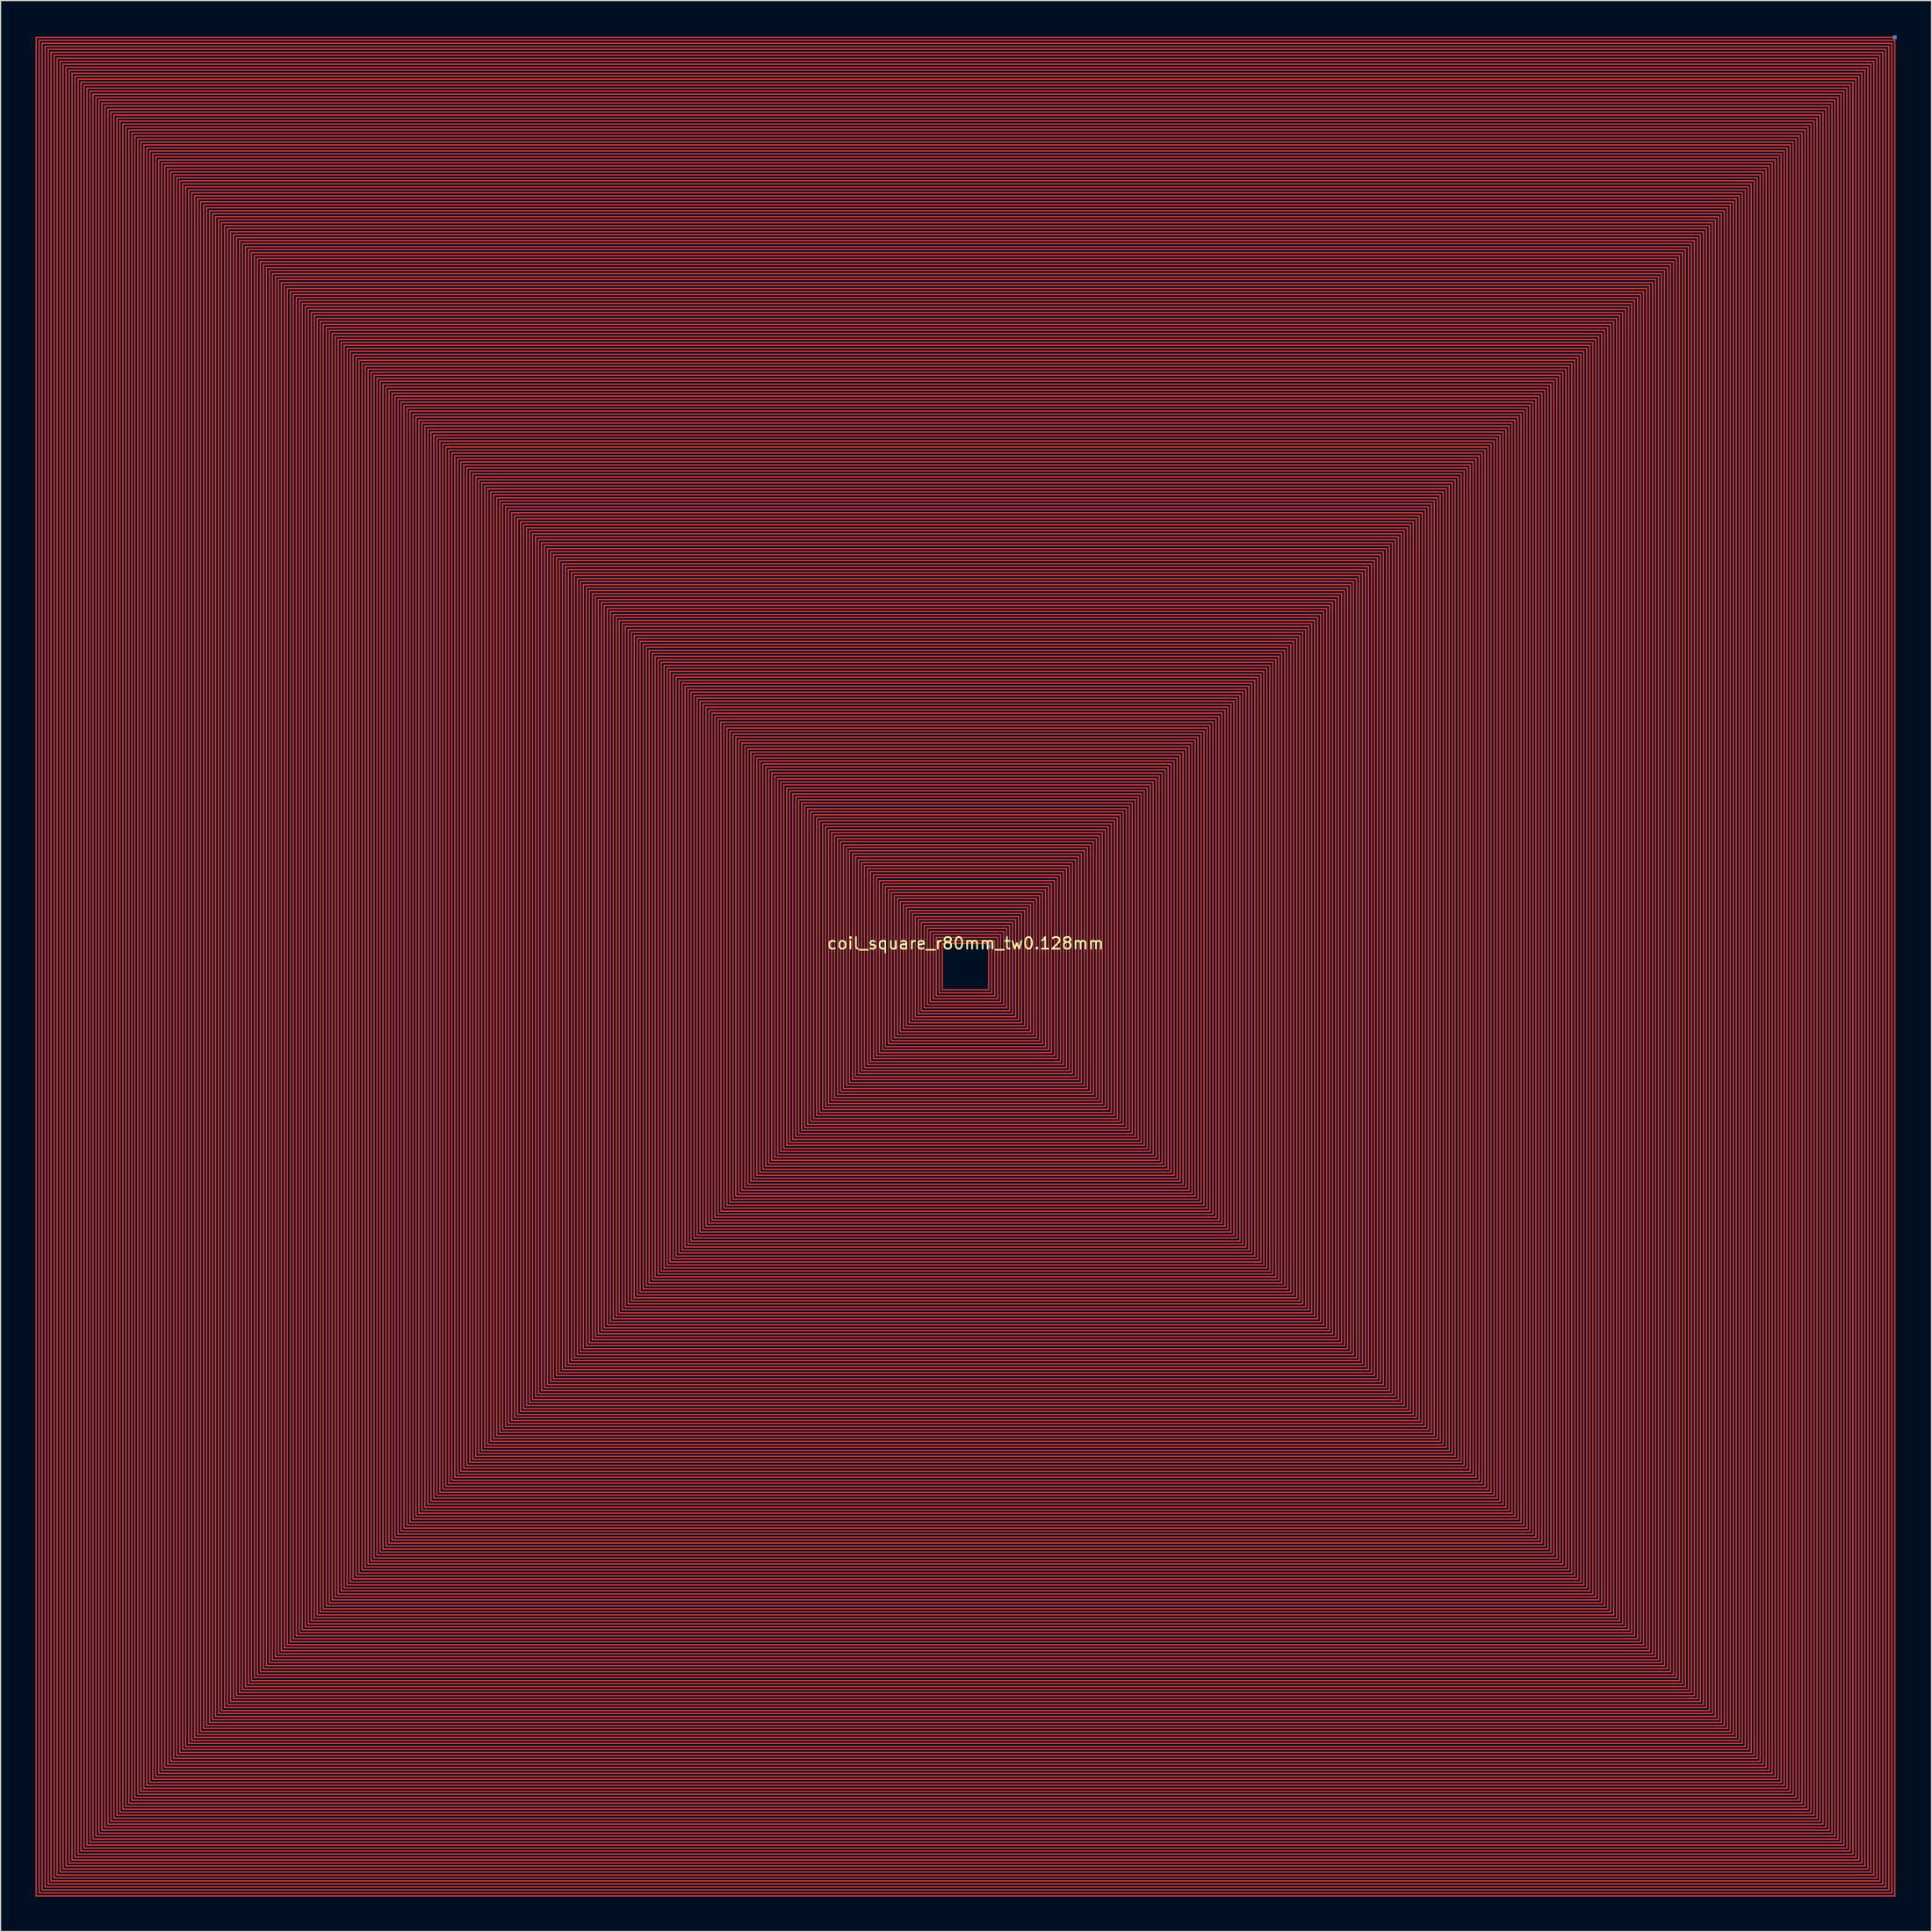
<source format=kicad_pcb>
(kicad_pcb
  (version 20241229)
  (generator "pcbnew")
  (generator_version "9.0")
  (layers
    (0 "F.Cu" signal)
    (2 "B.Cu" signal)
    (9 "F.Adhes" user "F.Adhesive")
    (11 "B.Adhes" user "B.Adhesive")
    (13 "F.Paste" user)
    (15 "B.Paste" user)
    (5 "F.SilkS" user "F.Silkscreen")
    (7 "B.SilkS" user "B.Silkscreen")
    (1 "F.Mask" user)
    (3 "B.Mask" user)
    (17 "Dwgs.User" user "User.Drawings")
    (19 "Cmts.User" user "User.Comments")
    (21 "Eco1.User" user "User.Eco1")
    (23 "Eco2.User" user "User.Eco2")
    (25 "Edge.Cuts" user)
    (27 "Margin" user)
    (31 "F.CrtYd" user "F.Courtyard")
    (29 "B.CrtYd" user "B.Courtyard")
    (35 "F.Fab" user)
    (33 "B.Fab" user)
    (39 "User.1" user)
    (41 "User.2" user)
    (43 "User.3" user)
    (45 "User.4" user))
  (footprint "coil_square_r80mm_tw0.128mm"
    (layer "F.Cu")
    (at 80.064 80.163)
    (property "Reference" "coil_square_r80mm_tw0.128mm" (at 0 -2 0) (layer "F.SilkS") (effects (font (size 1 1) (thickness 0.15))))
    (attr through_hole)
    (fp_line (start -80 -80) (end -80 80) (stroke (width 0.128) (type solid)) (layer "F.Cu"))
    (fp_line (start -80 80) (end 80 80) (stroke (width 0.128) (type solid)) (layer "F.Cu"))
    (fp_line (start -79.743 -79.743) (end -79.743 79.743) (stroke (width 0.128) (type solid)) (layer "F.Cu"))
    (fp_line (start -79.743 79.743) (end 79.743 79.743) (stroke (width 0.128) (type solid)) (layer "F.Cu"))
    (fp_line (start -79.485 -79.485) (end -79.485 79.485) (stroke (width 0.128) (type solid)) (layer "F.Cu"))
    (fp_line (start -79.485 79.485) (end 79.485 79.485) (stroke (width 0.128) (type solid)) (layer "F.Cu"))
    (fp_line (start -79.228 -79.228) (end -79.228 79.228) (stroke (width 0.128) (type solid)) (layer "F.Cu"))
    (fp_line (start -79.228 79.228) (end 79.228 79.228) (stroke (width 0.128) (type solid)) (layer "F.Cu"))
    (fp_line (start -78.97 -78.97) (end -78.97 78.97) (stroke (width 0.128) (type solid)) (layer "F.Cu"))
    (fp_line (start -78.97 78.97) (end 78.97 78.97) (stroke (width 0.128) (type solid)) (layer "F.Cu"))
    (fp_line (start -78.713 -78.713) (end -78.713 78.713) (stroke (width 0.128) (type solid)) (layer "F.Cu"))
    (fp_line (start -78.713 78.713) (end 78.713 78.713) (stroke (width 0.128) (type solid)) (layer "F.Cu"))
    (fp_line (start -78.455 -78.455) (end -78.455 78.455) (stroke (width 0.128) (type solid)) (layer "F.Cu"))
    (fp_line (start -78.455 78.455) (end 78.455 78.455) (stroke (width 0.128) (type solid)) (layer "F.Cu"))
    (fp_line (start -78.198 -78.198) (end -78.198 78.198) (stroke (width 0.128) (type solid)) (layer "F.Cu"))
    (fp_line (start -78.198 78.198) (end 78.198 78.198) (stroke (width 0.128) (type solid)) (layer "F.Cu"))
    (fp_line (start -77.941 -77.941) (end -77.941 77.941) (stroke (width 0.128) (type solid)) (layer "F.Cu"))
    (fp_line (start -77.941 77.941) (end 77.941 77.941) (stroke (width 0.128) (type solid)) (layer "F.Cu"))
    (fp_line (start -77.683 -77.683) (end -77.683 77.683) (stroke (width 0.128) (type solid)) (layer "F.Cu"))
    (fp_line (start -77.683 77.683) (end 77.683 77.683) (stroke (width 0.128) (type solid)) (layer "F.Cu"))
    (fp_line (start -77.426 -77.426) (end -77.426 77.426) (stroke (width 0.128) (type solid)) (layer "F.Cu"))
    (fp_line (start -77.426 77.426) (end 77.426 77.426) (stroke (width 0.128) (type solid)) (layer "F.Cu"))
    (fp_line (start -77.168 -77.168) (end -77.168 77.168) (stroke (width 0.128) (type solid)) (layer "F.Cu"))
    (fp_line (start -77.168 77.168) (end 77.168 77.168) (stroke (width 0.128) (type solid)) (layer "F.Cu"))
    (fp_line (start -76.911 -76.911) (end -76.911 76.911) (stroke (width 0.128) (type solid)) (layer "F.Cu"))
    (fp_line (start -76.911 76.911) (end 76.911 76.911) (stroke (width 0.128) (type solid)) (layer "F.Cu"))
    (fp_line (start -76.653 -76.653) (end -76.653 76.653) (stroke (width 0.128) (type solid)) (layer "F.Cu"))
    (fp_line (start -76.653 76.653) (end 76.653 76.653) (stroke (width 0.128) (type solid)) (layer "F.Cu"))
    (fp_line (start -76.396 -76.396) (end -76.396 76.396) (stroke (width 0.128) (type solid)) (layer "F.Cu"))
    (fp_line (start -76.396 76.396) (end 76.396 76.396) (stroke (width 0.128) (type solid)) (layer "F.Cu"))
    (fp_line (start -76.139 -76.139) (end -76.139 76.139) (stroke (width 0.128) (type solid)) (layer "F.Cu"))
    (fp_line (start -76.139 76.139) (end 76.139 76.139) (stroke (width 0.128) (type solid)) (layer "F.Cu"))
    (fp_line (start -75.881 -75.881) (end -75.881 75.881) (stroke (width 0.128) (type solid)) (layer "F.Cu"))
    (fp_line (start -75.881 75.881) (end 75.881 75.881) (stroke (width 0.128) (type solid)) (layer "F.Cu"))
    (fp_line (start -75.624 -75.624) (end -75.624 75.624) (stroke (width 0.128) (type solid)) (layer "F.Cu"))
    (fp_line (start -75.624 75.624) (end 75.624 75.624) (stroke (width 0.128) (type solid)) (layer "F.Cu"))
    (fp_line (start -75.366 -75.366) (end -75.366 75.366) (stroke (width 0.128) (type solid)) (layer "F.Cu"))
    (fp_line (start -75.366 75.366) (end 75.366 75.366) (stroke (width 0.128) (type solid)) (layer "F.Cu"))
    (fp_line (start -75.109 -75.109) (end -75.109 75.109) (stroke (width 0.128) (type solid)) (layer "F.Cu"))
    (fp_line (start -75.109 75.109) (end 75.109 75.109) (stroke (width 0.128) (type solid)) (layer "F.Cu"))
    (fp_line (start -74.851 -74.851) (end -74.851 74.851) (stroke (width 0.128) (type solid)) (layer "F.Cu"))
    (fp_line (start -74.851 74.851) (end 74.851 74.851) (stroke (width 0.128) (type solid)) (layer "F.Cu"))
    (fp_line (start -74.594 -74.594) (end -74.594 74.594) (stroke (width 0.128) (type solid)) (layer "F.Cu"))
    (fp_line (start -74.594 74.594) (end 74.594 74.594) (stroke (width 0.128) (type solid)) (layer "F.Cu"))
    (fp_line (start -74.337 -74.337) (end -74.337 74.337) (stroke (width 0.128) (type solid)) (layer "F.Cu"))
    (fp_line (start -74.337 74.337) (end 74.337 74.337) (stroke (width 0.128) (type solid)) (layer "F.Cu"))
    (fp_line (start -74.079 -74.079) (end -74.079 74.079) (stroke (width 0.128) (type solid)) (layer "F.Cu"))
    (fp_line (start -74.079 74.079) (end 74.079 74.079) (stroke (width 0.128) (type solid)) (layer "F.Cu"))
    (fp_line (start -73.822 -73.822) (end -73.822 73.822) (stroke (width 0.128) (type solid)) (layer "F.Cu"))
    (fp_line (start -73.822 73.822) (end 73.822 73.822) (stroke (width 0.128) (type solid)) (layer "F.Cu"))
    (fp_line (start -73.564 -73.564) (end -73.564 73.564) (stroke (width 0.128) (type solid)) (layer "F.Cu"))
    (fp_line (start -73.564 73.564) (end 73.564 73.564) (stroke (width 0.128) (type solid)) (layer "F.Cu"))
    (fp_line (start -73.307 -73.307) (end -73.307 73.307) (stroke (width 0.128) (type solid)) (layer "F.Cu"))
    (fp_line (start -73.307 73.307) (end 73.307 73.307) (stroke (width 0.128) (type solid)) (layer "F.Cu"))
    (fp_line (start -73.05 -73.05) (end -73.05 73.05) (stroke (width 0.128) (type solid)) (layer "F.Cu"))
    (fp_line (start -73.05 73.05) (end 73.05 73.05) (stroke (width 0.128) (type solid)) (layer "F.Cu"))
    (fp_line (start -72.792 -72.792) (end -72.792 72.792) (stroke (width 0.128) (type solid)) (layer "F.Cu"))
    (fp_line (start -72.792 72.792) (end 72.792 72.792) (stroke (width 0.128) (type solid)) (layer "F.Cu"))
    (fp_line (start -72.535 -72.535) (end -72.535 72.535) (stroke (width 0.128) (type solid)) (layer "F.Cu"))
    (fp_line (start -72.535 72.535) (end 72.535 72.535) (stroke (width 0.128) (type solid)) (layer "F.Cu"))
    (fp_line (start -72.277 -72.277) (end -72.277 72.277) (stroke (width 0.128) (type solid)) (layer "F.Cu"))
    (fp_line (start -72.277 72.277) (end 72.277 72.277) (stroke (width 0.128) (type solid)) (layer "F.Cu"))
    (fp_line (start -72.02 -72.02) (end -72.02 72.02) (stroke (width 0.128) (type solid)) (layer "F.Cu"))
    (fp_line (start -72.02 72.02) (end 72.02 72.02) (stroke (width 0.128) (type solid)) (layer "F.Cu"))
    (fp_line (start -71.762 -71.762) (end -71.762 71.762) (stroke (width 0.128) (type solid)) (layer "F.Cu"))
    (fp_line (start -71.762 71.762) (end 71.762 71.762) (stroke (width 0.128) (type solid)) (layer "F.Cu"))
    (fp_line (start -71.505 -71.505) (end -71.505 71.505) (stroke (width 0.128) (type solid)) (layer "F.Cu"))
    (fp_line (start -71.505 71.505) (end 71.505 71.505) (stroke (width 0.128) (type solid)) (layer "F.Cu"))
    (fp_line (start -71.248 -71.248) (end -71.248 71.248) (stroke (width 0.128) (type solid)) (layer "F.Cu"))
    (fp_line (start -71.248 71.248) (end 71.248 71.248) (stroke (width 0.128) (type solid)) (layer "F.Cu"))
    (fp_line (start -70.99 -70.99) (end -70.99 70.99) (stroke (width 0.128) (type solid)) (layer "F.Cu"))
    (fp_line (start -70.99 70.99) (end 70.99 70.99) (stroke (width 0.128) (type solid)) (layer "F.Cu"))
    (fp_line (start -70.733 -70.733) (end -70.733 70.733) (stroke (width 0.128) (type solid)) (layer "F.Cu"))
    (fp_line (start -70.733 70.733) (end 70.733 70.733) (stroke (width 0.128) (type solid)) (layer "F.Cu"))
    (fp_line (start -70.475 -70.475) (end -70.475 70.475) (stroke (width 0.128) (type solid)) (layer "F.Cu"))
    (fp_line (start -70.475 70.475) (end 70.475 70.475) (stroke (width 0.128) (type solid)) (layer "F.Cu"))
    (fp_line (start -70.218 -70.218) (end -70.218 70.218) (stroke (width 0.128) (type solid)) (layer "F.Cu"))
    (fp_line (start -70.218 70.218) (end 70.218 70.218) (stroke (width 0.128) (type solid)) (layer "F.Cu"))
    (fp_line (start -69.96 -69.96) (end -69.96 69.96) (stroke (width 0.128) (type solid)) (layer "F.Cu"))
    (fp_line (start -69.96 69.96) (end 69.96 69.96) (stroke (width 0.128) (type solid)) (layer "F.Cu"))
    (fp_line (start -69.703 -69.703) (end -69.703 69.703) (stroke (width 0.128) (type solid)) (layer "F.Cu"))
    (fp_line (start -69.703 69.703) (end 69.703 69.703) (stroke (width 0.128) (type solid)) (layer "F.Cu"))
    (fp_line (start -69.446 -69.446) (end -69.446 69.446) (stroke (width 0.128) (type solid)) (layer "F.Cu"))
    (fp_line (start -69.446 69.446) (end 69.446 69.446) (stroke (width 0.128) (type solid)) (layer "F.Cu"))
    (fp_line (start -69.188 -69.188) (end -69.188 69.188) (stroke (width 0.128) (type solid)) (layer "F.Cu"))
    (fp_line (start -69.188 69.188) (end 69.188 69.188) (stroke (width 0.128) (type solid)) (layer "F.Cu"))
    (fp_line (start -68.931 -68.931) (end -68.931 68.931) (stroke (width 0.128) (type solid)) (layer "F.Cu"))
    (fp_line (start -68.931 68.931) (end 68.931 68.931) (stroke (width 0.128) (type solid)) (layer "F.Cu"))
    (fp_line (start -68.673 -68.673) (end -68.673 68.673) (stroke (width 0.128) (type solid)) (layer "F.Cu"))
    (fp_line (start -68.673 68.673) (end 68.673 68.673) (stroke (width 0.128) (type solid)) (layer "F.Cu"))
    (fp_line (start -68.416 -68.416) (end -68.416 68.416) (stroke (width 0.128) (type solid)) (layer "F.Cu"))
    (fp_line (start -68.416 68.416) (end 68.416 68.416) (stroke (width 0.128) (type solid)) (layer "F.Cu"))
    (fp_line (start -68.158 -68.158) (end -68.158 68.158) (stroke (width 0.128) (type solid)) (layer "F.Cu"))
    (fp_line (start -68.158 68.158) (end 68.158 68.158) (stroke (width 0.128) (type solid)) (layer "F.Cu"))
    (fp_line (start -67.901 -67.901) (end -67.901 67.901) (stroke (width 0.128) (type solid)) (layer "F.Cu"))
    (fp_line (start -67.901 67.901) (end 67.901 67.901) (stroke (width 0.128) (type solid)) (layer "F.Cu"))
    (fp_line (start -67.644 -67.644) (end -67.644 67.644) (stroke (width 0.128) (type solid)) (layer "F.Cu"))
    (fp_line (start -67.644 67.644) (end 67.644 67.644) (stroke (width 0.128) (type solid)) (layer "F.Cu"))
    (fp_line (start -67.386 -67.386) (end -67.386 67.386) (stroke (width 0.128) (type solid)) (layer "F.Cu"))
    (fp_line (start -67.386 67.386) (end 67.386 67.386) (stroke (width 0.128) (type solid)) (layer "F.Cu"))
    (fp_line (start -67.129 -67.129) (end -67.129 67.129) (stroke (width 0.128) (type solid)) (layer "F.Cu"))
    (fp_line (start -67.129 67.129) (end 67.129 67.129) (stroke (width 0.128) (type solid)) (layer "F.Cu"))
    (fp_line (start -66.871 -66.871) (end -66.871 66.871) (stroke (width 0.128) (type solid)) (layer "F.Cu"))
    (fp_line (start -66.871 66.871) (end 66.871 66.871) (stroke (width 0.128) (type solid)) (layer "F.Cu"))
    (fp_line (start -66.614 -66.614) (end -66.614 66.614) (stroke (width 0.128) (type solid)) (layer "F.Cu"))
    (fp_line (start -66.614 66.614) (end 66.614 66.614) (stroke (width 0.128) (type solid)) (layer "F.Cu"))
    (fp_line (start -66.356 -66.356) (end -66.356 66.356) (stroke (width 0.128) (type solid)) (layer "F.Cu"))
    (fp_line (start -66.356 66.356) (end 66.356 66.356) (stroke (width 0.128) (type solid)) (layer "F.Cu"))
    (fp_line (start -66.099 -66.099) (end -66.099 66.099) (stroke (width 0.128) (type solid)) (layer "F.Cu"))
    (fp_line (start -66.099 66.099) (end 66.099 66.099) (stroke (width 0.128) (type solid)) (layer "F.Cu"))
    (fp_line (start -65.842 -65.842) (end -65.842 65.842) (stroke (width 0.128) (type solid)) (layer "F.Cu"))
    (fp_line (start -65.842 65.842) (end 65.842 65.842) (stroke (width 0.128) (type solid)) (layer "F.Cu"))
    (fp_line (start -65.584 -65.584) (end -65.584 65.584) (stroke (width 0.128) (type solid)) (layer "F.Cu"))
    (fp_line (start -65.584 65.584) (end 65.584 65.584) (stroke (width 0.128) (type solid)) (layer "F.Cu"))
    (fp_line (start -65.327 -65.327) (end -65.327 65.327) (stroke (width 0.128) (type solid)) (layer "F.Cu"))
    (fp_line (start -65.327 65.327) (end 65.327 65.327) (stroke (width 0.128) (type solid)) (layer "F.Cu"))
    (fp_line (start -65.069 -65.069) (end -65.069 65.069) (stroke (width 0.128) (type solid)) (layer "F.Cu"))
    (fp_line (start -65.069 65.069) (end 65.069 65.069) (stroke (width 0.128) (type solid)) (layer "F.Cu"))
    (fp_line (start -64.812 -64.812) (end -64.812 64.812) (stroke (width 0.128) (type solid)) (layer "F.Cu"))
    (fp_line (start -64.812 64.812) (end 64.812 64.812) (stroke (width 0.128) (type solid)) (layer "F.Cu"))
    (fp_line (start -64.554 -64.554) (end -64.554 64.554) (stroke (width 0.128) (type solid)) (layer "F.Cu"))
    (fp_line (start -64.554 64.554) (end 64.554 64.554) (stroke (width 0.128) (type solid)) (layer "F.Cu"))
    (fp_line (start -64.297 -64.297) (end -64.297 64.297) (stroke (width 0.128) (type solid)) (layer "F.Cu"))
    (fp_line (start -64.297 64.297) (end 64.297 64.297) (stroke (width 0.128) (type solid)) (layer "F.Cu"))
    (fp_line (start -64.04 -64.04) (end -64.04 64.04) (stroke (width 0.128) (type solid)) (layer "F.Cu"))
    (fp_line (start -64.04 64.04) (end 64.04 64.04) (stroke (width 0.128) (type solid)) (layer "F.Cu"))
    (fp_line (start -63.782 -63.782) (end -63.782 63.782) (stroke (width 0.128) (type solid)) (layer "F.Cu"))
    (fp_line (start -63.782 63.782) (end 63.782 63.782) (stroke (width 0.128) (type solid)) (layer "F.Cu"))
    (fp_line (start -63.525 -63.525) (end -63.525 63.525) (stroke (width 0.128) (type solid)) (layer "F.Cu"))
    (fp_line (start -63.525 63.525) (end 63.525 63.525) (stroke (width 0.128) (type solid)) (layer "F.Cu"))
    (fp_line (start -63.267 -63.267) (end -63.267 63.267) (stroke (width 0.128) (type solid)) (layer "F.Cu"))
    (fp_line (start -63.267 63.267) (end 63.267 63.267) (stroke (width 0.128) (type solid)) (layer "F.Cu"))
    (fp_line (start -63.01 -63.01) (end -63.01 63.01) (stroke (width 0.128) (type solid)) (layer "F.Cu"))
    (fp_line (start -63.01 63.01) (end 63.01 63.01) (stroke (width 0.128) (type solid)) (layer "F.Cu"))
    (fp_line (start -62.752 -62.752) (end -62.752 62.752) (stroke (width 0.128) (type solid)) (layer "F.Cu"))
    (fp_line (start -62.752 62.752) (end 62.752 62.752) (stroke (width 0.128) (type solid)) (layer "F.Cu"))
    (fp_line (start -62.495 -62.495) (end -62.495 62.495) (stroke (width 0.128) (type solid)) (layer "F.Cu"))
    (fp_line (start -62.495 62.495) (end 62.495 62.495) (stroke (width 0.128) (type solid)) (layer "F.Cu"))
    (fp_line (start -62.238 -62.238) (end -62.238 62.238) (stroke (width 0.128) (type solid)) (layer "F.Cu"))
    (fp_line (start -62.238 62.238) (end 62.238 62.238) (stroke (width 0.128) (type solid)) (layer "F.Cu"))
    (fp_line (start -61.98 -61.98) (end -61.98 61.98) (stroke (width 0.128) (type solid)) (layer "F.Cu"))
    (fp_line (start -61.98 61.98) (end 61.98 61.98) (stroke (width 0.128) (type solid)) (layer "F.Cu"))
    (fp_line (start -61.723 -61.723) (end -61.723 61.723) (stroke (width 0.128) (type solid)) (layer "F.Cu"))
    (fp_line (start -61.723 61.723) (end 61.723 61.723) (stroke (width 0.128) (type solid)) (layer "F.Cu"))
    (fp_line (start -61.465 -61.465) (end -61.465 61.465) (stroke (width 0.128) (type solid)) (layer "F.Cu"))
    (fp_line (start -61.465 61.465) (end 61.465 61.465) (stroke (width 0.128) (type solid)) (layer "F.Cu"))
    (fp_line (start -61.208 -61.208) (end -61.208 61.208) (stroke (width 0.128) (type solid)) (layer "F.Cu"))
    (fp_line (start -61.208 61.208) (end 61.208 61.208) (stroke (width 0.128) (type solid)) (layer "F.Cu"))
    (fp_line (start -60.95 -60.95) (end -60.95 60.95) (stroke (width 0.128) (type solid)) (layer "F.Cu"))
    (fp_line (start -60.95 60.95) (end 60.95 60.95) (stroke (width 0.128) (type solid)) (layer "F.Cu"))
    (fp_line (start -60.693 -60.693) (end -60.693 60.693) (stroke (width 0.128) (type solid)) (layer "F.Cu"))
    (fp_line (start -60.693 60.693) (end 60.693 60.693) (stroke (width 0.128) (type solid)) (layer "F.Cu"))
    (fp_line (start -60.436 -60.436) (end -60.436 60.436) (stroke (width 0.128) (type solid)) (layer "F.Cu"))
    (fp_line (start -60.436 60.436) (end 60.436 60.436) (stroke (width 0.128) (type solid)) (layer "F.Cu"))
    (fp_line (start -60.178 -60.178) (end -60.178 60.178) (stroke (width 0.128) (type solid)) (layer "F.Cu"))
    (fp_line (start -60.178 60.178) (end 60.178 60.178) (stroke (width 0.128) (type solid)) (layer "F.Cu"))
    (fp_line (start -59.921 -59.921) (end -59.921 59.921) (stroke (width 0.128) (type solid)) (layer "F.Cu"))
    (fp_line (start -59.921 59.921) (end 59.921 59.921) (stroke (width 0.128) (type solid)) (layer "F.Cu"))
    (fp_line (start -59.663 -59.663) (end -59.663 59.663) (stroke (width 0.128) (type solid)) (layer "F.Cu"))
    (fp_line (start -59.663 59.663) (end 59.663 59.663) (stroke (width 0.128) (type solid)) (layer "F.Cu"))
    (fp_line (start -59.406 -59.406) (end -59.406 59.406) (stroke (width 0.128) (type solid)) (layer "F.Cu"))
    (fp_line (start -59.406 59.406) (end 59.406 59.406) (stroke (width 0.128) (type solid)) (layer "F.Cu"))
    (fp_line (start -59.149 -59.149) (end -59.149 59.149) (stroke (width 0.128) (type solid)) (layer "F.Cu"))
    (fp_line (start -59.149 59.149) (end 59.149 59.149) (stroke (width 0.128) (type solid)) (layer "F.Cu"))
    (fp_line (start -58.891 -58.891) (end -58.891 58.891) (stroke (width 0.128) (type solid)) (layer "F.Cu"))
    (fp_line (start -58.891 58.891) (end 58.891 58.891) (stroke (width 0.128) (type solid)) (layer "F.Cu"))
    (fp_line (start -58.634 -58.634) (end -58.634 58.634) (stroke (width 0.128) (type solid)) (layer "F.Cu"))
    (fp_line (start -58.634 58.634) (end 58.634 58.634) (stroke (width 0.128) (type solid)) (layer "F.Cu"))
    (fp_line (start -58.376 -58.376) (end -58.376 58.376) (stroke (width 0.128) (type solid)) (layer "F.Cu"))
    (fp_line (start -58.376 58.376) (end 58.376 58.376) (stroke (width 0.128) (type solid)) (layer "F.Cu"))
    (fp_line (start -58.119 -58.119) (end -58.119 58.119) (stroke (width 0.128) (type solid)) (layer "F.Cu"))
    (fp_line (start -58.119 58.119) (end 58.119 58.119) (stroke (width 0.128) (type solid)) (layer "F.Cu"))
    (fp_line (start -57.861 -57.861) (end -57.861 57.861) (stroke (width 0.128) (type solid)) (layer "F.Cu"))
    (fp_line (start -57.861 57.861) (end 57.861 57.861) (stroke (width 0.128) (type solid)) (layer "F.Cu"))
    (fp_line (start -57.604 -57.604) (end -57.604 57.604) (stroke (width 0.128) (type solid)) (layer "F.Cu"))
    (fp_line (start -57.604 57.604) (end 57.604 57.604) (stroke (width 0.128) (type solid)) (layer "F.Cu"))
    (fp_line (start -57.347 -57.347) (end -57.347 57.347) (stroke (width 0.128) (type solid)) (layer "F.Cu"))
    (fp_line (start -57.347 57.347) (end 57.347 57.347) (stroke (width 0.128) (type solid)) (layer "F.Cu"))
    (fp_line (start -57.089 -57.089) (end -57.089 57.089) (stroke (width 0.128) (type solid)) (layer "F.Cu"))
    (fp_line (start -57.089 57.089) (end 57.089 57.089) (stroke (width 0.128) (type solid)) (layer "F.Cu"))
    (fp_line (start -56.832 -56.832) (end -56.832 56.832) (stroke (width 0.128) (type solid)) (layer "F.Cu"))
    (fp_line (start -56.832 56.832) (end 56.832 56.832) (stroke (width 0.128) (type solid)) (layer "F.Cu"))
    (fp_line (start -56.574 -56.574) (end -56.574 56.574) (stroke (width 0.128) (type solid)) (layer "F.Cu"))
    (fp_line (start -56.574 56.574) (end 56.574 56.574) (stroke (width 0.128) (type solid)) (layer "F.Cu"))
    (fp_line (start -56.317 -56.317) (end -56.317 56.317) (stroke (width 0.128) (type solid)) (layer "F.Cu"))
    (fp_line (start -56.317 56.317) (end 56.317 56.317) (stroke (width 0.128) (type solid)) (layer "F.Cu"))
    (fp_line (start -56.059 -56.059) (end -56.059 56.059) (stroke (width 0.128) (type solid)) (layer "F.Cu"))
    (fp_line (start -56.059 56.059) (end 56.059 56.059) (stroke (width 0.128) (type solid)) (layer "F.Cu"))
    (fp_line (start -55.802 -55.802) (end -55.802 55.802) (stroke (width 0.128) (type solid)) (layer "F.Cu"))
    (fp_line (start -55.802 55.802) (end 55.802 55.802) (stroke (width 0.128) (type solid)) (layer "F.Cu"))
    (fp_line (start -55.545 -55.545) (end -55.545 55.545) (stroke (width 0.128) (type solid)) (layer "F.Cu"))
    (fp_line (start -55.545 55.545) (end 55.545 55.545) (stroke (width 0.128) (type solid)) (layer "F.Cu"))
    (fp_line (start -55.287 -55.287) (end -55.287 55.287) (stroke (width 0.128) (type solid)) (layer "F.Cu"))
    (fp_line (start -55.287 55.287) (end 55.287 55.287) (stroke (width 0.128) (type solid)) (layer "F.Cu"))
    (fp_line (start -55.03 -55.03) (end -55.03 55.03) (stroke (width 0.128) (type solid)) (layer "F.Cu"))
    (fp_line (start -55.03 55.03) (end 55.03 55.03) (stroke (width 0.128) (type solid)) (layer "F.Cu"))
    (fp_line (start -54.772 -54.772) (end -54.772 54.772) (stroke (width 0.128) (type solid)) (layer "F.Cu"))
    (fp_line (start -54.772 54.772) (end 54.772 54.772) (stroke (width 0.128) (type solid)) (layer "F.Cu"))
    (fp_line (start -54.515 -54.515) (end -54.515 54.515) (stroke (width 0.128) (type solid)) (layer "F.Cu"))
    (fp_line (start -54.515 54.515) (end 54.515 54.515) (stroke (width 0.128) (type solid)) (layer "F.Cu"))
    (fp_line (start -54.257 -54.257) (end -54.257 54.257) (stroke (width 0.128) (type solid)) (layer "F.Cu"))
    (fp_line (start -54.257 54.257) (end 54.257 54.257) (stroke (width 0.128) (type solid)) (layer "F.Cu"))
    (fp_line (start -54 -54) (end -54 54) (stroke (width 0.128) (type solid)) (layer "F.Cu"))
    (fp_line (start -54 54) (end 54 54) (stroke (width 0.128) (type solid)) (layer "F.Cu"))
    (fp_line (start -53.743 -53.743) (end -53.743 53.743) (stroke (width 0.128) (type solid)) (layer "F.Cu"))
    (fp_line (start -53.743 53.743) (end 53.743 53.743) (stroke (width 0.128) (type solid)) (layer "F.Cu"))
    (fp_line (start -53.485 -53.485) (end -53.485 53.485) (stroke (width 0.128) (type solid)) (layer "F.Cu"))
    (fp_line (start -53.485 53.485) (end 53.485 53.485) (stroke (width 0.128) (type solid)) (layer "F.Cu"))
    (fp_line (start -53.228 -53.228) (end -53.228 53.228) (stroke (width 0.128) (type solid)) (layer "F.Cu"))
    (fp_line (start -53.228 53.228) (end 53.228 53.228) (stroke (width 0.128) (type solid)) (layer "F.Cu"))
    (fp_line (start -52.97 -52.97) (end -52.97 52.97) (stroke (width 0.128) (type solid)) (layer "F.Cu"))
    (fp_line (start -52.97 52.97) (end 52.97 52.97) (stroke (width 0.128) (type solid)) (layer "F.Cu"))
    (fp_line (start -52.713 -52.713) (end -52.713 52.713) (stroke (width 0.128) (type solid)) (layer "F.Cu"))
    (fp_line (start -52.713 52.713) (end 52.713 52.713) (stroke (width 0.128) (type solid)) (layer "F.Cu"))
    (fp_line (start -52.455 -52.455) (end -52.455 52.455) (stroke (width 0.128) (type solid)) (layer "F.Cu"))
    (fp_line (start -52.455 52.455) (end 52.455 52.455) (stroke (width 0.128) (type solid)) (layer "F.Cu"))
    (fp_line (start -52.198 -52.198) (end -52.198 52.198) (stroke (width 0.128) (type solid)) (layer "F.Cu"))
    (fp_line (start -52.198 52.198) (end 52.198 52.198) (stroke (width 0.128) (type solid)) (layer "F.Cu"))
    (fp_line (start -51.941 -51.941) (end -51.941 51.941) (stroke (width 0.128) (type solid)) (layer "F.Cu"))
    (fp_line (start -51.941 51.941) (end 51.941 51.941) (stroke (width 0.128) (type solid)) (layer "F.Cu"))
    (fp_line (start -51.683 -51.683) (end -51.683 51.683) (stroke (width 0.128) (type solid)) (layer "F.Cu"))
    (fp_line (start -51.683 51.683) (end 51.683 51.683) (stroke (width 0.128) (type solid)) (layer "F.Cu"))
    (fp_line (start -51.426 -51.426) (end -51.426 51.426) (stroke (width 0.128) (type solid)) (layer "F.Cu"))
    (fp_line (start -51.426 51.426) (end 51.426 51.426) (stroke (width 0.128) (type solid)) (layer "F.Cu"))
    (fp_line (start -51.168 -51.168) (end -51.168 51.168) (stroke (width 0.128) (type solid)) (layer "F.Cu"))
    (fp_line (start -51.168 51.168) (end 51.168 51.168) (stroke (width 0.128) (type solid)) (layer "F.Cu"))
    (fp_line (start -50.911 -50.911) (end -50.911 50.911) (stroke (width 0.128) (type solid)) (layer "F.Cu"))
    (fp_line (start -50.911 50.911) (end 50.911 50.911) (stroke (width 0.128) (type solid)) (layer "F.Cu"))
    (fp_line (start -50.653 -50.653) (end -50.653 50.653) (stroke (width 0.128) (type solid)) (layer "F.Cu"))
    (fp_line (start -50.653 50.653) (end 50.653 50.653) (stroke (width 0.128) (type solid)) (layer "F.Cu"))
    (fp_line (start -50.396 -50.396) (end -50.396 50.396) (stroke (width 0.128) (type solid)) (layer "F.Cu"))
    (fp_line (start -50.396 50.396) (end 50.396 50.396) (stroke (width 0.128) (type solid)) (layer "F.Cu"))
    (fp_line (start -50.139 -50.139) (end -50.139 50.139) (stroke (width 0.128) (type solid)) (layer "F.Cu"))
    (fp_line (start -50.139 50.139) (end 50.139 50.139) (stroke (width 0.128) (type solid)) (layer "F.Cu"))
    (fp_line (start -49.881 -49.881) (end -49.881 49.881) (stroke (width 0.128) (type solid)) (layer "F.Cu"))
    (fp_line (start -49.881 49.881) (end 49.881 49.881) (stroke (width 0.128) (type solid)) (layer "F.Cu"))
    (fp_line (start -49.624 -49.624) (end -49.624 49.624) (stroke (width 0.128) (type solid)) (layer "F.Cu"))
    (fp_line (start -49.624 49.624) (end 49.624 49.624) (stroke (width 0.128) (type solid)) (layer "F.Cu"))
    (fp_line (start -49.366 -49.366) (end -49.366 49.366) (stroke (width 0.128) (type solid)) (layer "F.Cu"))
    (fp_line (start -49.366 49.366) (end 49.366 49.366) (stroke (width 0.128) (type solid)) (layer "F.Cu"))
    (fp_line (start -49.109 -49.109) (end -49.109 49.109) (stroke (width 0.128) (type solid)) (layer "F.Cu"))
    (fp_line (start -49.109 49.109) (end 49.109 49.109) (stroke (width 0.128) (type solid)) (layer "F.Cu"))
    (fp_line (start -48.851 -48.851) (end -48.851 48.851) (stroke (width 0.128) (type solid)) (layer "F.Cu"))
    (fp_line (start -48.851 48.851) (end 48.851 48.851) (stroke (width 0.128) (type solid)) (layer "F.Cu"))
    (fp_line (start -48.594 -48.594) (end -48.594 48.594) (stroke (width 0.128) (type solid)) (layer "F.Cu"))
    (fp_line (start -48.594 48.594) (end 48.594 48.594) (stroke (width 0.128) (type solid)) (layer "F.Cu"))
    (fp_line (start -48.337 -48.337) (end -48.337 48.337) (stroke (width 0.128) (type solid)) (layer "F.Cu"))
    (fp_line (start -48.337 48.337) (end 48.337 48.337) (stroke (width 0.128) (type solid)) (layer "F.Cu"))
    (fp_line (start -48.079 -48.079) (end -48.079 48.079) (stroke (width 0.128) (type solid)) (layer "F.Cu"))
    (fp_line (start -48.079 48.079) (end 48.079 48.079) (stroke (width 0.128) (type solid)) (layer "F.Cu"))
    (fp_line (start -47.822 -47.822) (end -47.822 47.822) (stroke (width 0.128) (type solid)) (layer "F.Cu"))
    (fp_line (start -47.822 47.822) (end 47.822 47.822) (stroke (width 0.128) (type solid)) (layer "F.Cu"))
    (fp_line (start -47.564 -47.564) (end -47.564 47.564) (stroke (width 0.128) (type solid)) (layer "F.Cu"))
    (fp_line (start -47.564 47.564) (end 47.564 47.564) (stroke (width 0.128) (type solid)) (layer "F.Cu"))
    (fp_line (start -47.307 -47.307) (end -47.307 47.307) (stroke (width 0.128) (type solid)) (layer "F.Cu"))
    (fp_line (start -47.307 47.307) (end 47.307 47.307) (stroke (width 0.128) (type solid)) (layer "F.Cu"))
    (fp_line (start -47.05 -47.05) (end -47.05 47.05) (stroke (width 0.128) (type solid)) (layer "F.Cu"))
    (fp_line (start -47.05 47.05) (end 47.05 47.05) (stroke (width 0.128) (type solid)) (layer "F.Cu"))
    (fp_line (start -46.792 -46.792) (end -46.792 46.792) (stroke (width 0.128) (type solid)) (layer "F.Cu"))
    (fp_line (start -46.792 46.792) (end 46.792 46.792) (stroke (width 0.128) (type solid)) (layer "F.Cu"))
    (fp_line (start -46.535 -46.535) (end -46.535 46.535) (stroke (width 0.128) (type solid)) (layer "F.Cu"))
    (fp_line (start -46.535 46.535) (end 46.535 46.535) (stroke (width 0.128) (type solid)) (layer "F.Cu"))
    (fp_line (start -46.277 -46.277) (end -46.277 46.277) (stroke (width 0.128) (type solid)) (layer "F.Cu"))
    (fp_line (start -46.277 46.277) (end 46.277 46.277) (stroke (width 0.128) (type solid)) (layer "F.Cu"))
    (fp_line (start -46.02 -46.02) (end -46.02 46.02) (stroke (width 0.128) (type solid)) (layer "F.Cu"))
    (fp_line (start -46.02 46.02) (end 46.02 46.02) (stroke (width 0.128) (type solid)) (layer "F.Cu"))
    (fp_line (start -45.762 -45.762) (end -45.762 45.762) (stroke (width 0.128) (type solid)) (layer "F.Cu"))
    (fp_line (start -45.762 45.762) (end 45.762 45.762) (stroke (width 0.128) (type solid)) (layer "F.Cu"))
    (fp_line (start -45.505 -45.505) (end -45.505 45.505) (stroke (width 0.128) (type solid)) (layer "F.Cu"))
    (fp_line (start -45.505 45.505) (end 45.505 45.505) (stroke (width 0.128) (type solid)) (layer "F.Cu"))
    (fp_line (start -45.248 -45.248) (end -45.248 45.248) (stroke (width 0.128) (type solid)) (layer "F.Cu"))
    (fp_line (start -45.248 45.248) (end 45.248 45.248) (stroke (width 0.128) (type solid)) (layer "F.Cu"))
    (fp_line (start -44.99 -44.99) (end -44.99 44.99) (stroke (width 0.128) (type solid)) (layer "F.Cu"))
    (fp_line (start -44.99 44.99) (end 44.99 44.99) (stroke (width 0.128) (type solid)) (layer "F.Cu"))
    (fp_line (start -44.733 -44.733) (end -44.733 44.733) (stroke (width 0.128) (type solid)) (layer "F.Cu"))
    (fp_line (start -44.733 44.733) (end 44.733 44.733) (stroke (width 0.128) (type solid)) (layer "F.Cu"))
    (fp_line (start -44.475 -44.475) (end -44.475 44.475) (stroke (width 0.128) (type solid)) (layer "F.Cu"))
    (fp_line (start -44.475 44.475) (end 44.475 44.475) (stroke (width 0.128) (type solid)) (layer "F.Cu"))
    (fp_line (start -44.218 -44.218) (end -44.218 44.218) (stroke (width 0.128) (type solid)) (layer "F.Cu"))
    (fp_line (start -44.218 44.218) (end 44.218 44.218) (stroke (width 0.128) (type solid)) (layer "F.Cu"))
    (fp_line (start -43.96 -43.96) (end -43.96 43.96) (stroke (width 0.128) (type solid)) (layer "F.Cu"))
    (fp_line (start -43.96 43.96) (end 43.96 43.96) (stroke (width 0.128) (type solid)) (layer "F.Cu"))
    (fp_line (start -43.703 -43.703) (end -43.703 43.703) (stroke (width 0.128) (type solid)) (layer "F.Cu"))
    (fp_line (start -43.703 43.703) (end 43.703 43.703) (stroke (width 0.128) (type solid)) (layer "F.Cu"))
    (fp_line (start -43.446 -43.446) (end -43.446 43.446) (stroke (width 0.128) (type solid)) (layer "F.Cu"))
    (fp_line (start -43.446 43.446) (end 43.446 43.446) (stroke (width 0.128) (type solid)) (layer "F.Cu"))
    (fp_line (start -43.188 -43.188) (end -43.188 43.188) (stroke (width 0.128) (type solid)) (layer "F.Cu"))
    (fp_line (start -43.188 43.188) (end 43.188 43.188) (stroke (width 0.128) (type solid)) (layer "F.Cu"))
    (fp_line (start -42.931 -42.931) (end -42.931 42.931) (stroke (width 0.128) (type solid)) (layer "F.Cu"))
    (fp_line (start -42.931 42.931) (end 42.931 42.931) (stroke (width 0.128) (type solid)) (layer "F.Cu"))
    (fp_line (start -42.673 -42.673) (end -42.673 42.673) (stroke (width 0.128) (type solid)) (layer "F.Cu"))
    (fp_line (start -42.673 42.673) (end 42.673 42.673) (stroke (width 0.128) (type solid)) (layer "F.Cu"))
    (fp_line (start -42.416 -42.416) (end -42.416 42.416) (stroke (width 0.128) (type solid)) (layer "F.Cu"))
    (fp_line (start -42.416 42.416) (end 42.416 42.416) (stroke (width 0.128) (type solid)) (layer "F.Cu"))
    (fp_line (start -42.158 -42.158) (end -42.158 42.158) (stroke (width 0.128) (type solid)) (layer "F.Cu"))
    (fp_line (start -42.158 42.158) (end 42.158 42.158) (stroke (width 0.128) (type solid)) (layer "F.Cu"))
    (fp_line (start -41.901 -41.901) (end -41.901 41.901) (stroke (width 0.128) (type solid)) (layer "F.Cu"))
    (fp_line (start -41.901 41.901) (end 41.901 41.901) (stroke (width 0.128) (type solid)) (layer "F.Cu"))
    (fp_line (start -41.644 -41.644) (end -41.644 41.644) (stroke (width 0.128) (type solid)) (layer "F.Cu"))
    (fp_line (start -41.644 41.644) (end 41.644 41.644) (stroke (width 0.128) (type solid)) (layer "F.Cu"))
    (fp_line (start -41.386 -41.386) (end -41.386 41.386) (stroke (width 0.128) (type solid)) (layer "F.Cu"))
    (fp_line (start -41.386 41.386) (end 41.386 41.386) (stroke (width 0.128) (type solid)) (layer "F.Cu"))
    (fp_line (start -41.129 -41.129) (end -41.129 41.129) (stroke (width 0.128) (type solid)) (layer "F.Cu"))
    (fp_line (start -41.129 41.129) (end 41.129 41.129) (stroke (width 0.128) (type solid)) (layer "F.Cu"))
    (fp_line (start -40.871 -40.871) (end -40.871 40.871) (stroke (width 0.128) (type solid)) (layer "F.Cu"))
    (fp_line (start -40.871 40.871) (end 40.871 40.871) (stroke (width 0.128) (type solid)) (layer "F.Cu"))
    (fp_line (start -40.614 -40.614) (end -40.614 40.614) (stroke (width 0.128) (type solid)) (layer "F.Cu"))
    (fp_line (start -40.614 40.614) (end 40.614 40.614) (stroke (width 0.128) (type solid)) (layer "F.Cu"))
    (fp_line (start -40.356 -40.356) (end -40.356 40.356) (stroke (width 0.128) (type solid)) (layer "F.Cu"))
    (fp_line (start -40.356 40.356) (end 40.356 40.356) (stroke (width 0.128) (type solid)) (layer "F.Cu"))
    (fp_line (start -40.099 -40.099) (end -40.099 40.099) (stroke (width 0.128) (type solid)) (layer "F.Cu"))
    (fp_line (start -40.099 40.099) (end 40.099 40.099) (stroke (width 0.128) (type solid)) (layer "F.Cu"))
    (fp_line (start -39.842 -39.842) (end -39.842 39.842) (stroke (width 0.128) (type solid)) (layer "F.Cu"))
    (fp_line (start -39.842 39.842) (end 39.842 39.842) (stroke (width 0.128) (type solid)) (layer "F.Cu"))
    (fp_line (start -39.584 -39.584) (end -39.584 39.584) (stroke (width 0.128) (type solid)) (layer "F.Cu"))
    (fp_line (start -39.584 39.584) (end 39.584 39.584) (stroke (width 0.128) (type solid)) (layer "F.Cu"))
    (fp_line (start -39.327 -39.327) (end -39.327 39.327) (stroke (width 0.128) (type solid)) (layer "F.Cu"))
    (fp_line (start -39.327 39.327) (end 39.327 39.327) (stroke (width 0.128) (type solid)) (layer "F.Cu"))
    (fp_line (start -39.069 -39.069) (end -39.069 39.069) (stroke (width 0.128) (type solid)) (layer "F.Cu"))
    (fp_line (start -39.069 39.069) (end 39.069 39.069) (stroke (width 0.128) (type solid)) (layer "F.Cu"))
    (fp_line (start -38.812 -38.812) (end -38.812 38.812) (stroke (width 0.128) (type solid)) (layer "F.Cu"))
    (fp_line (start -38.812 38.812) (end 38.812 38.812) (stroke (width 0.128) (type solid)) (layer "F.Cu"))
    (fp_line (start -38.554 -38.554) (end -38.554 38.554) (stroke (width 0.128) (type solid)) (layer "F.Cu"))
    (fp_line (start -38.554 38.554) (end 38.554 38.554) (stroke (width 0.128) (type solid)) (layer "F.Cu"))
    (fp_line (start -38.297 -38.297) (end -38.297 38.297) (stroke (width 0.128) (type solid)) (layer "F.Cu"))
    (fp_line (start -38.297 38.297) (end 38.297 38.297) (stroke (width 0.128) (type solid)) (layer "F.Cu"))
    (fp_line (start -38.04 -38.04) (end -38.04 38.04) (stroke (width 0.128) (type solid)) (layer "F.Cu"))
    (fp_line (start -38.04 38.04) (end 38.04 38.04) (stroke (width 0.128) (type solid)) (layer "F.Cu"))
    (fp_line (start -37.782 -37.782) (end -37.782 37.782) (stroke (width 0.128) (type solid)) (layer "F.Cu"))
    (fp_line (start -37.782 37.782) (end 37.782 37.782) (stroke (width 0.128) (type solid)) (layer "F.Cu"))
    (fp_line (start -37.525 -37.525) (end -37.525 37.525) (stroke (width 0.128) (type solid)) (layer "F.Cu"))
    (fp_line (start -37.525 37.525) (end 37.525 37.525) (stroke (width 0.128) (type solid)) (layer "F.Cu"))
    (fp_line (start -37.267 -37.267) (end -37.267 37.267) (stroke (width 0.128) (type solid)) (layer "F.Cu"))
    (fp_line (start -37.267 37.267) (end 37.267 37.267) (stroke (width 0.128) (type solid)) (layer "F.Cu"))
    (fp_line (start -37.01 -37.01) (end -37.01 37.01) (stroke (width 0.128) (type solid)) (layer "F.Cu"))
    (fp_line (start -37.01 37.01) (end 37.01 37.01) (stroke (width 0.128) (type solid)) (layer "F.Cu"))
    (fp_line (start -36.752 -36.752) (end -36.752 36.752) (stroke (width 0.128) (type solid)) (layer "F.Cu"))
    (fp_line (start -36.752 36.752) (end 36.752 36.752) (stroke (width 0.128) (type solid)) (layer "F.Cu"))
    (fp_line (start -36.495 -36.495) (end -36.495 36.495) (stroke (width 0.128) (type solid)) (layer "F.Cu"))
    (fp_line (start -36.495 36.495) (end 36.495 36.495) (stroke (width 0.128) (type solid)) (layer "F.Cu"))
    (fp_line (start -36.238 -36.238) (end -36.238 36.238) (stroke (width 0.128) (type solid)) (layer "F.Cu"))
    (fp_line (start -36.238 36.238) (end 36.238 36.238) (stroke (width 0.128) (type solid)) (layer "F.Cu"))
    (fp_line (start -35.98 -35.98) (end -35.98 35.98) (stroke (width 0.128) (type solid)) (layer "F.Cu"))
    (fp_line (start -35.98 35.98) (end 35.98 35.98) (stroke (width 0.128) (type solid)) (layer "F.Cu"))
    (fp_line (start -35.723 -35.723) (end -35.723 35.723) (stroke (width 0.128) (type solid)) (layer "F.Cu"))
    (fp_line (start -35.723 35.723) (end 35.723 35.723) (stroke (width 0.128) (type solid)) (layer "F.Cu"))
    (fp_line (start -35.465 -35.465) (end -35.465 35.465) (stroke (width 0.128) (type solid)) (layer "F.Cu"))
    (fp_line (start -35.465 35.465) (end 35.465 35.465) (stroke (width 0.128) (type solid)) (layer "F.Cu"))
    (fp_line (start -35.208 -35.208) (end -35.208 35.208) (stroke (width 0.128) (type solid)) (layer "F.Cu"))
    (fp_line (start -35.208 35.208) (end 35.208 35.208) (stroke (width 0.128) (type solid)) (layer "F.Cu"))
    (fp_line (start -34.95 -34.95) (end -34.95 34.95) (stroke (width 0.128) (type solid)) (layer "F.Cu"))
    (fp_line (start -34.95 34.95) (end 34.95 34.95) (stroke (width 0.128) (type solid)) (layer "F.Cu"))
    (fp_line (start -34.693 -34.693) (end -34.693 34.693) (stroke (width 0.128) (type solid)) (layer "F.Cu"))
    (fp_line (start -34.693 34.693) (end 34.693 34.693) (stroke (width 0.128) (type solid)) (layer "F.Cu"))
    (fp_line (start -34.436 -34.436) (end -34.436 34.436) (stroke (width 0.128) (type solid)) (layer "F.Cu"))
    (fp_line (start -34.436 34.436) (end 34.436 34.436) (stroke (width 0.128) (type solid)) (layer "F.Cu"))
    (fp_line (start -34.178 -34.178) (end -34.178 34.178) (stroke (width 0.128) (type solid)) (layer "F.Cu"))
    (fp_line (start -34.178 34.178) (end 34.178 34.178) (stroke (width 0.128) (type solid)) (layer "F.Cu"))
    (fp_line (start -33.921 -33.921) (end -33.921 33.921) (stroke (width 0.128) (type solid)) (layer "F.Cu"))
    (fp_line (start -33.921 33.921) (end 33.921 33.921) (stroke (width 0.128) (type solid)) (layer "F.Cu"))
    (fp_line (start -33.663 -33.663) (end -33.663 33.663) (stroke (width 0.128) (type solid)) (layer "F.Cu"))
    (fp_line (start -33.663 33.663) (end 33.663 33.663) (stroke (width 0.128) (type solid)) (layer "F.Cu"))
    (fp_line (start -33.406 -33.406) (end -33.406 33.406) (stroke (width 0.128) (type solid)) (layer "F.Cu"))
    (fp_line (start -33.406 33.406) (end 33.406 33.406) (stroke (width 0.128) (type solid)) (layer "F.Cu"))
    (fp_line (start -33.149 -33.149) (end -33.149 33.149) (stroke (width 0.128) (type solid)) (layer "F.Cu"))
    (fp_line (start -33.149 33.149) (end 33.149 33.149) (stroke (width 0.128) (type solid)) (layer "F.Cu"))
    (fp_line (start -32.891 -32.891) (end -32.891 32.891) (stroke (width 0.128) (type solid)) (layer "F.Cu"))
    (fp_line (start -32.891 32.891) (end 32.891 32.891) (stroke (width 0.128) (type solid)) (layer "F.Cu"))
    (fp_line (start -32.634 -32.634) (end -32.634 32.634) (stroke (width 0.128) (type solid)) (layer "F.Cu"))
    (fp_line (start -32.634 32.634) (end 32.634 32.634) (stroke (width 0.128) (type solid)) (layer "F.Cu"))
    (fp_line (start -32.376 -32.376) (end -32.376 32.376) (stroke (width 0.128) (type solid)) (layer "F.Cu"))
    (fp_line (start -32.376 32.376) (end 32.376 32.376) (stroke (width 0.128) (type solid)) (layer "F.Cu"))
    (fp_line (start -32.119 -32.119) (end -32.119 32.119) (stroke (width 0.128) (type solid)) (layer "F.Cu"))
    (fp_line (start -32.119 32.119) (end 32.119 32.119) (stroke (width 0.128) (type solid)) (layer "F.Cu"))
    (fp_line (start -31.861 -31.861) (end -31.861 31.861) (stroke (width 0.128) (type solid)) (layer "F.Cu"))
    (fp_line (start -31.861 31.861) (end 31.861 31.861) (stroke (width 0.128) (type solid)) (layer "F.Cu"))
    (fp_line (start -31.604 -31.604) (end -31.604 31.604) (stroke (width 0.128) (type solid)) (layer "F.Cu"))
    (fp_line (start -31.604 31.604) (end 31.604 31.604) (stroke (width 0.128) (type solid)) (layer "F.Cu"))
    (fp_line (start -31.347 -31.347) (end -31.347 31.347) (stroke (width 0.128) (type solid)) (layer "F.Cu"))
    (fp_line (start -31.347 31.347) (end 31.347 31.347) (stroke (width 0.128) (type solid)) (layer "F.Cu"))
    (fp_line (start -31.089 -31.089) (end -31.089 31.089) (stroke (width 0.128) (type solid)) (layer "F.Cu"))
    (fp_line (start -31.089 31.089) (end 31.089 31.089) (stroke (width 0.128) (type solid)) (layer "F.Cu"))
    (fp_line (start -30.832 -30.832) (end -30.832 30.832) (stroke (width 0.128) (type solid)) (layer "F.Cu"))
    (fp_line (start -30.832 30.832) (end 30.832 30.832) (stroke (width 0.128) (type solid)) (layer "F.Cu"))
    (fp_line (start -30.574 -30.574) (end -30.574 30.574) (stroke (width 0.128) (type solid)) (layer "F.Cu"))
    (fp_line (start -30.574 30.574) (end 30.574 30.574) (stroke (width 0.128) (type solid)) (layer "F.Cu"))
    (fp_line (start -30.317 -30.317) (end -30.317 30.317) (stroke (width 0.128) (type solid)) (layer "F.Cu"))
    (fp_line (start -30.317 30.317) (end 30.317 30.317) (stroke (width 0.128) (type solid)) (layer "F.Cu"))
    (fp_line (start -30.059 -30.059) (end -30.059 30.059) (stroke (width 0.128) (type solid)) (layer "F.Cu"))
    (fp_line (start -30.059 30.059) (end 30.059 30.059) (stroke (width 0.128) (type solid)) (layer "F.Cu"))
    (fp_line (start -29.802 -29.802) (end -29.802 29.802) (stroke (width 0.128) (type solid)) (layer "F.Cu"))
    (fp_line (start -29.802 29.802) (end 29.802 29.802) (stroke (width 0.128) (type solid)) (layer "F.Cu"))
    (fp_line (start -29.545 -29.545) (end -29.545 29.545) (stroke (width 0.128) (type solid)) (layer "F.Cu"))
    (fp_line (start -29.545 29.545) (end 29.545 29.545) (stroke (width 0.128) (type solid)) (layer "F.Cu"))
    (fp_line (start -29.287 -29.287) (end -29.287 29.287) (stroke (width 0.128) (type solid)) (layer "F.Cu"))
    (fp_line (start -29.287 29.287) (end 29.287 29.287) (stroke (width 0.128) (type solid)) (layer "F.Cu"))
    (fp_line (start -29.03 -29.03) (end -29.03 29.03) (stroke (width 0.128) (type solid)) (layer "F.Cu"))
    (fp_line (start -29.03 29.03) (end 29.03 29.03) (stroke (width 0.128) (type solid)) (layer "F.Cu"))
    (fp_line (start -28.772 -28.772) (end -28.772 28.772) (stroke (width 0.128) (type solid)) (layer "F.Cu"))
    (fp_line (start -28.772 28.772) (end 28.772 28.772) (stroke (width 0.128) (type solid)) (layer "F.Cu"))
    (fp_line (start -28.515 -28.515) (end -28.515 28.515) (stroke (width 0.128) (type solid)) (layer "F.Cu"))
    (fp_line (start -28.515 28.515) (end 28.515 28.515) (stroke (width 0.128) (type solid)) (layer "F.Cu"))
    (fp_line (start -28.257 -28.257) (end -28.257 28.257) (stroke (width 0.128) (type solid)) (layer "F.Cu"))
    (fp_line (start -28.257 28.257) (end 28.257 28.257) (stroke (width 0.128) (type solid)) (layer "F.Cu"))
    (fp_line (start -28 -28) (end -28 28) (stroke (width 0.128) (type solid)) (layer "F.Cu"))
    (fp_line (start -28 28) (end 28 28) (stroke (width 0.128) (type solid)) (layer "F.Cu"))
    (fp_line (start -27.743 -27.743) (end -27.743 27.743) (stroke (width 0.128) (type solid)) (layer "F.Cu"))
    (fp_line (start -27.743 27.743) (end 27.743 27.743) (stroke (width 0.128) (type solid)) (layer "F.Cu"))
    (fp_line (start -27.485 -27.485) (end -27.485 27.485) (stroke (width 0.128) (type solid)) (layer "F.Cu"))
    (fp_line (start -27.485 27.485) (end 27.485 27.485) (stroke (width 0.128) (type solid)) (layer "F.Cu"))
    (fp_line (start -27.228 -27.228) (end -27.228 27.228) (stroke (width 0.128) (type solid)) (layer "F.Cu"))
    (fp_line (start -27.228 27.228) (end 27.228 27.228) (stroke (width 0.128) (type solid)) (layer "F.Cu"))
    (fp_line (start -26.97 -26.97) (end -26.97 26.97) (stroke (width 0.128) (type solid)) (layer "F.Cu"))
    (fp_line (start -26.97 26.97) (end 26.97 26.97) (stroke (width 0.128) (type solid)) (layer "F.Cu"))
    (fp_line (start -26.713 -26.713) (end -26.713 26.713) (stroke (width 0.128) (type solid)) (layer "F.Cu"))
    (fp_line (start -26.713 26.713) (end 26.713 26.713) (stroke (width 0.128) (type solid)) (layer "F.Cu"))
    (fp_line (start -26.455 -26.455) (end -26.455 26.455) (stroke (width 0.128) (type solid)) (layer "F.Cu"))
    (fp_line (start -26.455 26.455) (end 26.455 26.455) (stroke (width 0.128) (type solid)) (layer "F.Cu"))
    (fp_line (start -26.198 -26.198) (end -26.198 26.198) (stroke (width 0.128) (type solid)) (layer "F.Cu"))
    (fp_line (start -26.198 26.198) (end 26.198 26.198) (stroke (width 0.128) (type solid)) (layer "F.Cu"))
    (fp_line (start -25.941 -25.941) (end -25.941 25.941) (stroke (width 0.128) (type solid)) (layer "F.Cu"))
    (fp_line (start -25.941 25.941) (end 25.941 25.941) (stroke (width 0.128) (type solid)) (layer "F.Cu"))
    (fp_line (start -25.683 -25.683) (end -25.683 25.683) (stroke (width 0.128) (type solid)) (layer "F.Cu"))
    (fp_line (start -25.683 25.683) (end 25.683 25.683) (stroke (width 0.128) (type solid)) (layer "F.Cu"))
    (fp_line (start -25.426 -25.426) (end -25.426 25.426) (stroke (width 0.128) (type solid)) (layer "F.Cu"))
    (fp_line (start -25.426 25.426) (end 25.426 25.426) (stroke (width 0.128) (type solid)) (layer "F.Cu"))
    (fp_line (start -25.168 -25.168) (end -25.168 25.168) (stroke (width 0.128) (type solid)) (layer "F.Cu"))
    (fp_line (start -25.168 25.168) (end 25.168 25.168) (stroke (width 0.128) (type solid)) (layer "F.Cu"))
    (fp_line (start -24.911 -24.911) (end -24.911 24.911) (stroke (width 0.128) (type solid)) (layer "F.Cu"))
    (fp_line (start -24.911 24.911) (end 24.911 24.911) (stroke (width 0.128) (type solid)) (layer "F.Cu"))
    (fp_line (start -24.653 -24.653) (end -24.653 24.653) (stroke (width 0.128) (type solid)) (layer "F.Cu"))
    (fp_line (start -24.653 24.653) (end 24.653 24.653) (stroke (width 0.128) (type solid)) (layer "F.Cu"))
    (fp_line (start -24.396 -24.396) (end -24.396 24.396) (stroke (width 0.128) (type solid)) (layer "F.Cu"))
    (fp_line (start -24.396 24.396) (end 24.396 24.396) (stroke (width 0.128) (type solid)) (layer "F.Cu"))
    (fp_line (start -24.139 -24.139) (end -24.139 24.139) (stroke (width 0.128) (type solid)) (layer "F.Cu"))
    (fp_line (start -24.139 24.139) (end 24.139 24.139) (stroke (width 0.128) (type solid)) (layer "F.Cu"))
    (fp_line (start -23.881 -23.881) (end -23.881 23.881) (stroke (width 0.128) (type solid)) (layer "F.Cu"))
    (fp_line (start -23.881 23.881) (end 23.881 23.881) (stroke (width 0.128) (type solid)) (layer "F.Cu"))
    (fp_line (start -23.624 -23.624) (end -23.624 23.624) (stroke (width 0.128) (type solid)) (layer "F.Cu"))
    (fp_line (start -23.624 23.624) (end 23.624 23.624) (stroke (width 0.128) (type solid)) (layer "F.Cu"))
    (fp_line (start -23.366 -23.366) (end -23.366 23.366) (stroke (width 0.128) (type solid)) (layer "F.Cu"))
    (fp_line (start -23.366 23.366) (end 23.366 23.366) (stroke (width 0.128) (type solid)) (layer "F.Cu"))
    (fp_line (start -23.109 -23.109) (end -23.109 23.109) (stroke (width 0.128) (type solid)) (layer "F.Cu"))
    (fp_line (start -23.109 23.109) (end 23.109 23.109) (stroke (width 0.128) (type solid)) (layer "F.Cu"))
    (fp_line (start -22.851 -22.851) (end -22.851 22.851) (stroke (width 0.128) (type solid)) (layer "F.Cu"))
    (fp_line (start -22.851 22.851) (end 22.851 22.851) (stroke (width 0.128) (type solid)) (layer "F.Cu"))
    (fp_line (start -22.594 -22.594) (end -22.594 22.594) (stroke (width 0.128) (type solid)) (layer "F.Cu"))
    (fp_line (start -22.594 22.594) (end 22.594 22.594) (stroke (width 0.128) (type solid)) (layer "F.Cu"))
    (fp_line (start -22.337 -22.337) (end -22.337 22.337) (stroke (width 0.128) (type solid)) (layer "F.Cu"))
    (fp_line (start -22.337 22.337) (end 22.337 22.337) (stroke (width 0.128) (type solid)) (layer "F.Cu"))
    (fp_line (start -22.079 -22.079) (end -22.079 22.079) (stroke (width 0.128) (type solid)) (layer "F.Cu"))
    (fp_line (start -22.079 22.079) (end 22.079 22.079) (stroke (width 0.128) (type solid)) (layer "F.Cu"))
    (fp_line (start -21.822 -21.822) (end -21.822 21.822) (stroke (width 0.128) (type solid)) (layer "F.Cu"))
    (fp_line (start -21.822 21.822) (end 21.822 21.822) (stroke (width 0.128) (type solid)) (layer "F.Cu"))
    (fp_line (start -21.564 -21.564) (end -21.564 21.564) (stroke (width 0.128) (type solid)) (layer "F.Cu"))
    (fp_line (start -21.564 21.564) (end 21.564 21.564) (stroke (width 0.128) (type solid)) (layer "F.Cu"))
    (fp_line (start -21.307 -21.307) (end -21.307 21.307) (stroke (width 0.128) (type solid)) (layer "F.Cu"))
    (fp_line (start -21.307 21.307) (end 21.307 21.307) (stroke (width 0.128) (type solid)) (layer "F.Cu"))
    (fp_line (start -21.05 -21.05) (end -21.05 21.05) (stroke (width 0.128) (type solid)) (layer "F.Cu"))
    (fp_line (start -21.05 21.05) (end 21.05 21.05) (stroke (width 0.128) (type solid)) (layer "F.Cu"))
    (fp_line (start -20.792 -20.792) (end -20.792 20.792) (stroke (width 0.128) (type solid)) (layer "F.Cu"))
    (fp_line (start -20.792 20.792) (end 20.792 20.792) (stroke (width 0.128) (type solid)) (layer "F.Cu"))
    (fp_line (start -20.535 -20.535) (end -20.535 20.535) (stroke (width 0.128) (type solid)) (layer "F.Cu"))
    (fp_line (start -20.535 20.535) (end 20.535 20.535) (stroke (width 0.128) (type solid)) (layer "F.Cu"))
    (fp_line (start -20.277 -20.277) (end -20.277 20.277) (stroke (width 0.128) (type solid)) (layer "F.Cu"))
    (fp_line (start -20.277 20.277) (end 20.277 20.277) (stroke (width 0.128) (type solid)) (layer "F.Cu"))
    (fp_line (start -20.02 -20.02) (end -20.02 20.02) (stroke (width 0.128) (type solid)) (layer "F.Cu"))
    (fp_line (start -20.02 20.02) (end 20.02 20.02) (stroke (width 0.128) (type solid)) (layer "F.Cu"))
    (fp_line (start -19.762 -19.762) (end -19.762 19.762) (stroke (width 0.128) (type solid)) (layer "F.Cu"))
    (fp_line (start -19.762 19.762) (end 19.762 19.762) (stroke (width 0.128) (type solid)) (layer "F.Cu"))
    (fp_line (start -19.505 -19.505) (end -19.505 19.505) (stroke (width 0.128) (type solid)) (layer "F.Cu"))
    (fp_line (start -19.505 19.505) (end 19.505 19.505) (stroke (width 0.128) (type solid)) (layer "F.Cu"))
    (fp_line (start -19.248 -19.248) (end -19.248 19.248) (stroke (width 0.128) (type solid)) (layer "F.Cu"))
    (fp_line (start -19.248 19.248) (end 19.248 19.248) (stroke (width 0.128) (type solid)) (layer "F.Cu"))
    (fp_line (start -18.99 -18.99) (end -18.99 18.99) (stroke (width 0.128) (type solid)) (layer "F.Cu"))
    (fp_line (start -18.99 18.99) (end 18.99 18.99) (stroke (width 0.128) (type solid)) (layer "F.Cu"))
    (fp_line (start -18.733 -18.733) (end -18.733 18.733) (stroke (width 0.128) (type solid)) (layer "F.Cu"))
    (fp_line (start -18.733 18.733) (end 18.733 18.733) (stroke (width 0.128) (type solid)) (layer "F.Cu"))
    (fp_line (start -18.475 -18.475) (end -18.475 18.475) (stroke (width 0.128) (type solid)) (layer "F.Cu"))
    (fp_line (start -18.475 18.475) (end 18.475 18.475) (stroke (width 0.128) (type solid)) (layer "F.Cu"))
    (fp_line (start -18.218 -18.218) (end -18.218 18.218) (stroke (width 0.128) (type solid)) (layer "F.Cu"))
    (fp_line (start -18.218 18.218) (end 18.218 18.218) (stroke (width 0.128) (type solid)) (layer "F.Cu"))
    (fp_line (start -17.96 -17.96) (end -17.96 17.96) (stroke (width 0.128) (type solid)) (layer "F.Cu"))
    (fp_line (start -17.96 17.96) (end 17.96 17.96) (stroke (width 0.128) (type solid)) (layer "F.Cu"))
    (fp_line (start -17.703 -17.703) (end -17.703 17.703) (stroke (width 0.128) (type solid)) (layer "F.Cu"))
    (fp_line (start -17.703 17.703) (end 17.703 17.703) (stroke (width 0.128) (type solid)) (layer "F.Cu"))
    (fp_line (start -17.446 -17.446) (end -17.446 17.446) (stroke (width 0.128) (type solid)) (layer "F.Cu"))
    (fp_line (start -17.446 17.446) (end 17.446 17.446) (stroke (width 0.128) (type solid)) (layer "F.Cu"))
    (fp_line (start -17.188 -17.188) (end -17.188 17.188) (stroke (width 0.128) (type solid)) (layer "F.Cu"))
    (fp_line (start -17.188 17.188) (end 17.188 17.188) (stroke (width 0.128) (type solid)) (layer "F.Cu"))
    (fp_line (start -16.931 -16.931) (end -16.931 16.931) (stroke (width 0.128) (type solid)) (layer "F.Cu"))
    (fp_line (start -16.931 16.931) (end 16.931 16.931) (stroke (width 0.128) (type solid)) (layer "F.Cu"))
    (fp_line (start -16.673 -16.673) (end -16.673 16.673) (stroke (width 0.128) (type solid)) (layer "F.Cu"))
    (fp_line (start -16.673 16.673) (end 16.673 16.673) (stroke (width 0.128) (type solid)) (layer "F.Cu"))
    (fp_line (start -16.416 -16.416) (end -16.416 16.416) (stroke (width 0.128) (type solid)) (layer "F.Cu"))
    (fp_line (start -16.416 16.416) (end 16.416 16.416) (stroke (width 0.128) (type solid)) (layer "F.Cu"))
    (fp_line (start -16.158 -16.158) (end -16.158 16.158) (stroke (width 0.128) (type solid)) (layer "F.Cu"))
    (fp_line (start -16.158 16.158) (end 16.158 16.158) (stroke (width 0.128) (type solid)) (layer "F.Cu"))
    (fp_line (start -15.901 -15.901) (end -15.901 15.901) (stroke (width 0.128) (type solid)) (layer "F.Cu"))
    (fp_line (start -15.901 15.901) (end 15.901 15.901) (stroke (width 0.128) (type solid)) (layer "F.Cu"))
    (fp_line (start -15.644 -15.644) (end -15.644 15.644) (stroke (width 0.128) (type solid)) (layer "F.Cu"))
    (fp_line (start -15.644 15.644) (end 15.644 15.644) (stroke (width 0.128) (type solid)) (layer "F.Cu"))
    (fp_line (start -15.386 -15.386) (end -15.386 15.386) (stroke (width 0.128) (type solid)) (layer "F.Cu"))
    (fp_line (start -15.386 15.386) (end 15.386 15.386) (stroke (width 0.128) (type solid)) (layer "F.Cu"))
    (fp_line (start -15.129 -15.129) (end -15.129 15.129) (stroke (width 0.128) (type solid)) (layer "F.Cu"))
    (fp_line (start -15.129 15.129) (end 15.129 15.129) (stroke (width 0.128) (type solid)) (layer "F.Cu"))
    (fp_line (start -14.871 -14.871) (end -14.871 14.871) (stroke (width 0.128) (type solid)) (layer "F.Cu"))
    (fp_line (start -14.871 14.871) (end 14.871 14.871) (stroke (width 0.128) (type solid)) (layer "F.Cu"))
    (fp_line (start -14.614 -14.614) (end -14.614 14.614) (stroke (width 0.128) (type solid)) (layer "F.Cu"))
    (fp_line (start -14.614 14.614) (end 14.614 14.614) (stroke (width 0.128) (type solid)) (layer "F.Cu"))
    (fp_line (start -14.356 -14.356) (end -14.356 14.356) (stroke (width 0.128) (type solid)) (layer "F.Cu"))
    (fp_line (start -14.356 14.356) (end 14.356 14.356) (stroke (width 0.128) (type solid)) (layer "F.Cu"))
    (fp_line (start -14.099 -14.099) (end -14.099 14.099) (stroke (width 0.128) (type solid)) (layer "F.Cu"))
    (fp_line (start -14.099 14.099) (end 14.099 14.099) (stroke (width 0.128) (type solid)) (layer "F.Cu"))
    (fp_line (start -13.842 -13.842) (end -13.842 13.842) (stroke (width 0.128) (type solid)) (layer "F.Cu"))
    (fp_line (start -13.842 13.842) (end 13.842 13.842) (stroke (width 0.128) (type solid)) (layer "F.Cu"))
    (fp_line (start -13.584 -13.584) (end -13.584 13.584) (stroke (width 0.128) (type solid)) (layer "F.Cu"))
    (fp_line (start -13.584 13.584) (end 13.584 13.584) (stroke (width 0.128) (type solid)) (layer "F.Cu"))
    (fp_line (start -13.327 -13.327) (end -13.327 13.327) (stroke (width 0.128) (type solid)) (layer "F.Cu"))
    (fp_line (start -13.327 13.327) (end 13.327 13.327) (stroke (width 0.128) (type solid)) (layer "F.Cu"))
    (fp_line (start -13.069 -13.069) (end -13.069 13.069) (stroke (width 0.128) (type solid)) (layer "F.Cu"))
    (fp_line (start -13.069 13.069) (end 13.069 13.069) (stroke (width 0.128) (type solid)) (layer "F.Cu"))
    (fp_line (start -12.812 -12.812) (end -12.812 12.812) (stroke (width 0.128) (type solid)) (layer "F.Cu"))
    (fp_line (start -12.812 12.812) (end 12.812 12.812) (stroke (width 0.128) (type solid)) (layer "F.Cu"))
    (fp_line (start -12.554 -12.554) (end -12.554 12.554) (stroke (width 0.128) (type solid)) (layer "F.Cu"))
    (fp_line (start -12.554 12.554) (end 12.554 12.554) (stroke (width 0.128) (type solid)) (layer "F.Cu"))
    (fp_line (start -12.297 -12.297) (end -12.297 12.297) (stroke (width 0.128) (type solid)) (layer "F.Cu"))
    (fp_line (start -12.297 12.297) (end 12.297 12.297) (stroke (width 0.128) (type solid)) (layer "F.Cu"))
    (fp_line (start -12.04 -12.04) (end -12.04 12.04) (stroke (width 0.128) (type solid)) (layer "F.Cu"))
    (fp_line (start -12.04 12.04) (end 12.04 12.04) (stroke (width 0.128) (type solid)) (layer "F.Cu"))
    (fp_line (start -11.782 -11.782) (end -11.782 11.782) (stroke (width 0.128) (type solid)) (layer "F.Cu"))
    (fp_line (start -11.782 11.782) (end 11.782 11.782) (stroke (width 0.128) (type solid)) (layer "F.Cu"))
    (fp_line (start -11.525 -11.525) (end -11.525 11.525) (stroke (width 0.128) (type solid)) (layer "F.Cu"))
    (fp_line (start -11.525 11.525) (end 11.525 11.525) (stroke (width 0.128) (type solid)) (layer "F.Cu"))
    (fp_line (start -11.267 -11.267) (end -11.267 11.267) (stroke (width 0.128) (type solid)) (layer "F.Cu"))
    (fp_line (start -11.267 11.267) (end 11.267 11.267) (stroke (width 0.128) (type solid)) (layer "F.Cu"))
    (fp_line (start -11.01 -11.01) (end -11.01 11.01) (stroke (width 0.128) (type solid)) (layer "F.Cu"))
    (fp_line (start -11.01 11.01) (end 11.01 11.01) (stroke (width 0.128) (type solid)) (layer "F.Cu"))
    (fp_line (start -10.752 -10.752) (end -10.752 10.752) (stroke (width 0.128) (type solid)) (layer "F.Cu"))
    (fp_line (start -10.752 10.752) (end 10.752 10.752) (stroke (width 0.128) (type solid)) (layer "F.Cu"))
    (fp_line (start -10.495 -10.495) (end -10.495 10.495) (stroke (width 0.128) (type solid)) (layer "F.Cu"))
    (fp_line (start -10.495 10.495) (end 10.495 10.495) (stroke (width 0.128) (type solid)) (layer "F.Cu"))
    (fp_line (start -10.238 -10.238) (end -10.238 10.238) (stroke (width 0.128) (type solid)) (layer "F.Cu"))
    (fp_line (start -10.238 10.238) (end 10.238 10.238) (stroke (width 0.128) (type solid)) (layer "F.Cu"))
    (fp_line (start -9.98 -9.98) (end -9.98 9.98) (stroke (width 0.128) (type solid)) (layer "F.Cu"))
    (fp_line (start -9.98 9.98) (end 9.98 9.98) (stroke (width 0.128) (type solid)) (layer "F.Cu"))
    (fp_line (start -9.723 -9.723) (end -9.723 9.723) (stroke (width 0.128) (type solid)) (layer "F.Cu"))
    (fp_line (start -9.723 9.723) (end 9.723 9.723) (stroke (width 0.128) (type solid)) (layer "F.Cu"))
    (fp_line (start -9.465 -9.465) (end -9.465 9.465) (stroke (width 0.128) (type solid)) (layer "F.Cu"))
    (fp_line (start -9.465 9.465) (end 9.465 9.465) (stroke (width 0.128) (type solid)) (layer "F.Cu"))
    (fp_line (start -9.208 -9.208) (end -9.208 9.208) (stroke (width 0.128) (type solid)) (layer "F.Cu"))
    (fp_line (start -9.208 9.208) (end 9.208 9.208) (stroke (width 0.128) (type solid)) (layer "F.Cu"))
    (fp_line (start -8.95 -8.95) (end -8.95 8.95) (stroke (width 0.128) (type solid)) (layer "F.Cu"))
    (fp_line (start -8.95 8.95) (end 8.95 8.95) (stroke (width 0.128) (type solid)) (layer "F.Cu"))
    (fp_line (start -8.693 -8.693) (end -8.693 8.693) (stroke (width 0.128) (type solid)) (layer "F.Cu"))
    (fp_line (start -8.693 8.693) (end 8.693 8.693) (stroke (width 0.128) (type solid)) (layer "F.Cu"))
    (fp_line (start -8.436 -8.436) (end -8.436 8.436) (stroke (width 0.128) (type solid)) (layer "F.Cu"))
    (fp_line (start -8.436 8.436) (end 8.436 8.436) (stroke (width 0.128) (type solid)) (layer "F.Cu"))
    (fp_line (start -8.178 -8.178) (end -8.178 8.178) (stroke (width 0.128) (type solid)) (layer "F.Cu"))
    (fp_line (start -8.178 8.178) (end 8.178 8.178) (stroke (width 0.128) (type solid)) (layer "F.Cu"))
    (fp_line (start -7.921 -7.921) (end -7.921 7.921) (stroke (width 0.128) (type solid)) (layer "F.Cu"))
    (fp_line (start -7.921 7.921) (end 7.921 7.921) (stroke (width 0.128) (type solid)) (layer "F.Cu"))
    (fp_line (start -7.663 -7.663) (end -7.663 7.663) (stroke (width 0.128) (type solid)) (layer "F.Cu"))
    (fp_line (start -7.663 7.663) (end 7.663 7.663) (stroke (width 0.128) (type solid)) (layer "F.Cu"))
    (fp_line (start -7.406 -7.406) (end -7.406 7.406) (stroke (width 0.128) (type solid)) (layer "F.Cu"))
    (fp_line (start -7.406 7.406) (end 7.406 7.406) (stroke (width 0.128) (type solid)) (layer "F.Cu"))
    (fp_line (start -7.149 -7.149) (end -7.149 7.149) (stroke (width 0.128) (type solid)) (layer "F.Cu"))
    (fp_line (start -7.149 7.149) (end 7.149 7.149) (stroke (width 0.128) (type solid)) (layer "F.Cu"))
    (fp_line (start -6.891 -6.891) (end -6.891 6.891) (stroke (width 0.128) (type solid)) (layer "F.Cu"))
    (fp_line (start -6.891 6.891) (end 6.891 6.891) (stroke (width 0.128) (type solid)) (layer "F.Cu"))
    (fp_line (start -6.634 -6.634) (end -6.634 6.634) (stroke (width 0.128) (type solid)) (layer "F.Cu"))
    (fp_line (start -6.634 6.634) (end 6.634 6.634) (stroke (width 0.128) (type solid)) (layer "F.Cu"))
    (fp_line (start -6.376 -6.376) (end -6.376 6.376) (stroke (width 0.128) (type solid)) (layer "F.Cu"))
    (fp_line (start -6.376 6.376) (end 6.376 6.376) (stroke (width 0.128) (type solid)) (layer "F.Cu"))
    (fp_line (start -6.119 -6.119) (end -6.119 6.119) (stroke (width 0.128) (type solid)) (layer "F.Cu"))
    (fp_line (start -6.119 6.119) (end 6.119 6.119) (stroke (width 0.128) (type solid)) (layer "F.Cu"))
    (fp_line (start -5.861 -5.861) (end -5.861 5.861) (stroke (width 0.128) (type solid)) (layer "F.Cu"))
    (fp_line (start -5.861 5.861) (end 5.861 5.861) (stroke (width 0.128) (type solid)) (layer "F.Cu"))
    (fp_line (start -5.604 -5.604) (end -5.604 5.604) (stroke (width 0.128) (type solid)) (layer "F.Cu"))
    (fp_line (start -5.604 5.604) (end 5.604 5.604) (stroke (width 0.128) (type solid)) (layer "F.Cu"))
    (fp_line (start -5.347 -5.347) (end -5.347 5.347) (stroke (width 0.128) (type solid)) (layer "F.Cu"))
    (fp_line (start -5.347 5.347) (end 5.347 5.347) (stroke (width 0.128) (type solid)) (layer "F.Cu"))
    (fp_line (start -5.089 -5.089) (end -5.089 5.089) (stroke (width 0.128) (type solid)) (layer "F.Cu"))
    (fp_line (start -5.089 5.089) (end 5.089 5.089) (stroke (width 0.128) (type solid)) (layer "F.Cu"))
    (fp_line (start -4.832 -4.832) (end -4.832 4.832) (stroke (width 0.128) (type solid)) (layer "F.Cu"))
    (fp_line (start -4.832 4.832) (end 4.832 4.832) (stroke (width 0.128) (type solid)) (layer "F.Cu"))
    (fp_line (start -4.574 -4.574) (end -4.574 4.574) (stroke (width 0.128) (type solid)) (layer "F.Cu"))
    (fp_line (start -4.574 4.574) (end 4.574 4.574) (stroke (width 0.128) (type solid)) (layer "F.Cu"))
    (fp_line (start -4.317 -4.317) (end -4.317 4.317) (stroke (width 0.128) (type solid)) (layer "F.Cu"))
    (fp_line (start -4.317 4.317) (end 4.317 4.317) (stroke (width 0.128) (type solid)) (layer "F.Cu"))
    (fp_line (start -4.059 -4.059) (end -4.059 4.059) (stroke (width 0.128) (type solid)) (layer "F.Cu"))
    (fp_line (start -4.059 4.059) (end 4.059 4.059) (stroke (width 0.128) (type solid)) (layer "F.Cu"))
    (fp_line (start -3.802 -3.802) (end -3.802 3.802) (stroke (width 0.128) (type solid)) (layer "F.Cu"))
    (fp_line (start -3.802 3.802) (end 3.802 3.802) (stroke (width 0.128) (type solid)) (layer "F.Cu"))
    (fp_line (start -3.545 -3.545) (end -3.545 3.545) (stroke (width 0.128) (type solid)) (layer "F.Cu"))
    (fp_line (start -3.545 3.545) (end 3.545 3.545) (stroke (width 0.128) (type solid)) (layer "F.Cu"))
    (fp_line (start -3.287 -3.287) (end -3.287 3.287) (stroke (width 0.128) (type solid)) (layer "F.Cu"))
    (fp_line (start -3.287 3.287) (end 3.287 3.287) (stroke (width 0.128) (type solid)) (layer "F.Cu"))
    (fp_line (start -3.03 -3.03) (end -3.03 3.03) (stroke (width 0.128) (type solid)) (layer "F.Cu"))
    (fp_line (start -3.03 3.03) (end 3.03 3.03) (stroke (width 0.128) (type solid)) (layer "F.Cu"))
    (fp_line (start -2.772 -2.772) (end -2.772 2.772) (stroke (width 0.128) (type solid)) (layer "F.Cu"))
    (fp_line (start -2.772 2.772) (end 2.772 2.772) (stroke (width 0.128) (type solid)) (layer "F.Cu"))
    (fp_line (start -2.515 -2.515) (end -2.515 2.515) (stroke (width 0.128) (type solid)) (layer "F.Cu"))
    (fp_line (start -2.515 2.515) (end 2.515 2.515) (stroke (width 0.128) (type solid)) (layer "F.Cu"))
    (fp_line (start -2.257 -2.257) (end -2.257 2.257) (stroke (width 0.128) (type solid)) (layer "F.Cu"))
    (fp_line (start -2.257 2.257) (end 2.257 2.257) (stroke (width 0.128) (type solid)) (layer "F.Cu"))
    (fp_line (start -2 -2) (end -2 2) (stroke (width 0.128) (type solid)) (layer "F.Cu"))
    (fp_line (start -2 2) (end 2 2) (stroke (width 0.128) (type solid)) (layer "F.Cu"))
    (fp_line (start 2 2) (end 2 -1.743) (stroke (width 0.128) (type solid)) (layer "F.Cu"))
    (fp_line (start 2.257 -2) (end -2 -2) (stroke (width 0.128) (type solid)) (layer "F.Cu"))
    (fp_line (start 2.257 2.257) (end 2.257 -2) (stroke (width 0.128) (type solid)) (layer "F.Cu"))
    (fp_line (start 2.515 -2.257) (end -2.257 -2.257) (stroke (width 0.128) (type solid)) (layer "F.Cu"))
    (fp_line (start 2.515 2.515) (end 2.515 -2.257) (stroke (width 0.128) (type solid)) (layer "F.Cu"))
    (fp_line (start 2.772 -2.515) (end -2.515 -2.515) (stroke (width 0.128) (type solid)) (layer "F.Cu"))
    (fp_line (start 2.772 2.772) (end 2.772 -2.515) (stroke (width 0.128) (type solid)) (layer "F.Cu"))
    (fp_line (start 3.03 -2.772) (end -2.772 -2.772) (stroke (width 0.128) (type solid)) (layer "F.Cu"))
    (fp_line (start 3.03 3.03) (end 3.03 -2.772) (stroke (width 0.128) (type solid)) (layer "F.Cu"))
    (fp_line (start 3.287 -3.03) (end -3.03 -3.03) (stroke (width 0.128) (type solid)) (layer "F.Cu"))
    (fp_line (start 3.287 3.287) (end 3.287 -3.03) (stroke (width 0.128) (type solid)) (layer "F.Cu"))
    (fp_line (start 3.545 -3.287) (end -3.287 -3.287) (stroke (width 0.128) (type solid)) (layer "F.Cu"))
    (fp_line (start 3.545 3.545) (end 3.545 -3.287) (stroke (width 0.128) (type solid)) (layer "F.Cu"))
    (fp_line (start 3.802 -3.545) (end -3.545 -3.545) (stroke (width 0.128) (type solid)) (layer "F.Cu"))
    (fp_line (start 3.802 3.802) (end 3.802 -3.545) (stroke (width 0.128) (type solid)) (layer "F.Cu"))
    (fp_line (start 4.059 -3.802) (end -3.802 -3.802) (stroke (width 0.128) (type solid)) (layer "F.Cu"))
    (fp_line (start 4.059 4.059) (end 4.059 -3.802) (stroke (width 0.128) (type solid)) (layer "F.Cu"))
    (fp_line (start 4.317 -4.059) (end -4.059 -4.059) (stroke (width 0.128) (type solid)) (layer "F.Cu"))
    (fp_line (start 4.317 4.317) (end 4.317 -4.059) (stroke (width 0.128) (type solid)) (layer "F.Cu"))
    (fp_line (start 4.574 -4.317) (end -4.317 -4.317) (stroke (width 0.128) (type solid)) (layer "F.Cu"))
    (fp_line (start 4.574 4.574) (end 4.574 -4.317) (stroke (width 0.128) (type solid)) (layer "F.Cu"))
    (fp_line (start 4.832 -4.574) (end -4.574 -4.574) (stroke (width 0.128) (type solid)) (layer "F.Cu"))
    (fp_line (start 4.832 4.832) (end 4.832 -4.574) (stroke (width 0.128) (type solid)) (layer "F.Cu"))
    (fp_line (start 5.089 -4.832) (end -4.832 -4.832) (stroke (width 0.128) (type solid)) (layer "F.Cu"))
    (fp_line (start 5.089 5.089) (end 5.089 -4.832) (stroke (width 0.128) (type solid)) (layer "F.Cu"))
    (fp_line (start 5.347 -5.089) (end -5.089 -5.089) (stroke (width 0.128) (type solid)) (layer "F.Cu"))
    (fp_line (start 5.347 5.347) (end 5.347 -5.089) (stroke (width 0.128) (type solid)) (layer "F.Cu"))
    (fp_line (start 5.604 -5.347) (end -5.347 -5.347) (stroke (width 0.128) (type solid)) (layer "F.Cu"))
    (fp_line (start 5.604 5.604) (end 5.604 -5.347) (stroke (width 0.128) (type solid)) (layer "F.Cu"))
    (fp_line (start 5.861 -5.604) (end -5.604 -5.604) (stroke (width 0.128) (type solid)) (layer "F.Cu"))
    (fp_line (start 5.861 5.861) (end 5.861 -5.604) (stroke (width 0.128) (type solid)) (layer "F.Cu"))
    (fp_line (start 6.119 -5.861) (end -5.861 -5.861) (stroke (width 0.128) (type solid)) (layer "F.Cu"))
    (fp_line (start 6.119 6.119) (end 6.119 -5.861) (stroke (width 0.128) (type solid)) (layer "F.Cu"))
    (fp_line (start 6.376 -6.119) (end -6.119 -6.119) (stroke (width 0.128) (type solid)) (layer "F.Cu"))
    (fp_line (start 6.376 6.376) (end 6.376 -6.119) (stroke (width 0.128) (type solid)) (layer "F.Cu"))
    (fp_line (start 6.634 -6.376) (end -6.376 -6.376) (stroke (width 0.128) (type solid)) (layer "F.Cu"))
    (fp_line (start 6.634 6.634) (end 6.634 -6.376) (stroke (width 0.128) (type solid)) (layer "F.Cu"))
    (fp_line (start 6.891 -6.634) (end -6.634 -6.634) (stroke (width 0.128) (type solid)) (layer "F.Cu"))
    (fp_line (start 6.891 6.891) (end 6.891 -6.634) (stroke (width 0.128) (type solid)) (layer "F.Cu"))
    (fp_line (start 7.149 -6.891) (end -6.891 -6.891) (stroke (width 0.128) (type solid)) (layer "F.Cu"))
    (fp_line (start 7.149 7.149) (end 7.149 -6.891) (stroke (width 0.128) (type solid)) (layer "F.Cu"))
    (fp_line (start 7.406 -7.149) (end -7.149 -7.149) (stroke (width 0.128) (type solid)) (layer "F.Cu"))
    (fp_line (start 7.406 7.406) (end 7.406 -7.149) (stroke (width 0.128) (type solid)) (layer "F.Cu"))
    (fp_line (start 7.663 -7.406) (end -7.406 -7.406) (stroke (width 0.128) (type solid)) (layer "F.Cu"))
    (fp_line (start 7.663 7.663) (end 7.663 -7.406) (stroke (width 0.128) (type solid)) (layer "F.Cu"))
    (fp_line (start 7.921 -7.663) (end -7.663 -7.663) (stroke (width 0.128) (type solid)) (layer "F.Cu"))
    (fp_line (start 7.921 7.921) (end 7.921 -7.663) (stroke (width 0.128) (type solid)) (layer "F.Cu"))
    (fp_line (start 8.178 -7.921) (end -7.921 -7.921) (stroke (width 0.128) (type solid)) (layer "F.Cu"))
    (fp_line (start 8.178 8.178) (end 8.178 -7.921) (stroke (width 0.128) (type solid)) (layer "F.Cu"))
    (fp_line (start 8.436 -8.178) (end -8.178 -8.178) (stroke (width 0.128) (type solid)) (layer "F.Cu"))
    (fp_line (start 8.436 8.436) (end 8.436 -8.178) (stroke (width 0.128) (type solid)) (layer "F.Cu"))
    (fp_line (start 8.693 -8.436) (end -8.436 -8.436) (stroke (width 0.128) (type solid)) (layer "F.Cu"))
    (fp_line (start 8.693 8.693) (end 8.693 -8.436) (stroke (width 0.128) (type solid)) (layer "F.Cu"))
    (fp_line (start 8.95 -8.693) (end -8.693 -8.693) (stroke (width 0.128) (type solid)) (layer "F.Cu"))
    (fp_line (start 8.95 8.95) (end 8.95 -8.693) (stroke (width 0.128) (type solid)) (layer "F.Cu"))
    (fp_line (start 9.208 -8.95) (end -8.95 -8.95) (stroke (width 0.128) (type solid)) (layer "F.Cu"))
    (fp_line (start 9.208 9.208) (end 9.208 -8.95) (stroke (width 0.128) (type solid)) (layer "F.Cu"))
    (fp_line (start 9.465 -9.208) (end -9.208 -9.208) (stroke (width 0.128) (type solid)) (layer "F.Cu"))
    (fp_line (start 9.465 9.465) (end 9.465 -9.208) (stroke (width 0.128) (type solid)) (layer "F.Cu"))
    (fp_line (start 9.723 -9.465) (end -9.465 -9.465) (stroke (width 0.128) (type solid)) (layer "F.Cu"))
    (fp_line (start 9.723 9.723) (end 9.723 -9.465) (stroke (width 0.128) (type solid)) (layer "F.Cu"))
    (fp_line (start 9.98 -9.723) (end -9.723 -9.723) (stroke (width 0.128) (type solid)) (layer "F.Cu"))
    (fp_line (start 9.98 9.98) (end 9.98 -9.723) (stroke (width 0.128) (type solid)) (layer "F.Cu"))
    (fp_line (start 10.238 -9.98) (end -9.98 -9.98) (stroke (width 0.128) (type solid)) (layer "F.Cu"))
    (fp_line (start 10.238 10.238) (end 10.238 -9.98) (stroke (width 0.128) (type solid)) (layer "F.Cu"))
    (fp_line (start 10.495 -10.238) (end -10.238 -10.238) (stroke (width 0.128) (type solid)) (layer "F.Cu"))
    (fp_line (start 10.495 10.495) (end 10.495 -10.238) (stroke (width 0.128) (type solid)) (layer "F.Cu"))
    (fp_line (start 10.752 -10.495) (end -10.495 -10.495) (stroke (width 0.128) (type solid)) (layer "F.Cu"))
    (fp_line (start 10.752 10.752) (end 10.752 -10.495) (stroke (width 0.128) (type solid)) (layer "F.Cu"))
    (fp_line (start 11.01 -10.752) (end -10.752 -10.752) (stroke (width 0.128) (type solid)) (layer "F.Cu"))
    (fp_line (start 11.01 11.01) (end 11.01 -10.752) (stroke (width 0.128) (type solid)) (layer "F.Cu"))
    (fp_line (start 11.267 -11.01) (end -11.01 -11.01) (stroke (width 0.128) (type solid)) (layer "F.Cu"))
    (fp_line (start 11.267 11.267) (end 11.267 -11.01) (stroke (width 0.128) (type solid)) (layer "F.Cu"))
    (fp_line (start 11.525 -11.267) (end -11.267 -11.267) (stroke (width 0.128) (type solid)) (layer "F.Cu"))
    (fp_line (start 11.525 11.525) (end 11.525 -11.267) (stroke (width 0.128) (type solid)) (layer "F.Cu"))
    (fp_line (start 11.782 -11.525) (end -11.525 -11.525) (stroke (width 0.128) (type solid)) (layer "F.Cu"))
    (fp_line (start 11.782 11.782) (end 11.782 -11.525) (stroke (width 0.128) (type solid)) (layer "F.Cu"))
    (fp_line (start 12.04 -11.782) (end -11.782 -11.782) (stroke (width 0.128) (type solid)) (layer "F.Cu"))
    (fp_line (start 12.04 12.04) (end 12.04 -11.782) (stroke (width 0.128) (type solid)) (layer "F.Cu"))
    (fp_line (start 12.297 -12.04) (end -12.04 -12.04) (stroke (width 0.128) (type solid)) (layer "F.Cu"))
    (fp_line (start 12.297 12.297) (end 12.297 -12.04) (stroke (width 0.128) (type solid)) (layer "F.Cu"))
    (fp_line (start 12.554 -12.297) (end -12.297 -12.297) (stroke (width 0.128) (type solid)) (layer "F.Cu"))
    (fp_line (start 12.554 12.554) (end 12.554 -12.297) (stroke (width 0.128) (type solid)) (layer "F.Cu"))
    (fp_line (start 12.812 -12.554) (end -12.554 -12.554) (stroke (width 0.128) (type solid)) (layer "F.Cu"))
    (fp_line (start 12.812 12.812) (end 12.812 -12.554) (stroke (width 0.128) (type solid)) (layer "F.Cu"))
    (fp_line (start 13.069 -12.812) (end -12.812 -12.812) (stroke (width 0.128) (type solid)) (layer "F.Cu"))
    (fp_line (start 13.069 13.069) (end 13.069 -12.812) (stroke (width 0.128) (type solid)) (layer "F.Cu"))
    (fp_line (start 13.327 -13.069) (end -13.069 -13.069) (stroke (width 0.128) (type solid)) (layer "F.Cu"))
    (fp_line (start 13.327 13.327) (end 13.327 -13.069) (stroke (width 0.128) (type solid)) (layer "F.Cu"))
    (fp_line (start 13.584 -13.327) (end -13.327 -13.327) (stroke (width 0.128) (type solid)) (layer "F.Cu"))
    (fp_line (start 13.584 13.584) (end 13.584 -13.327) (stroke (width 0.128) (type solid)) (layer "F.Cu"))
    (fp_line (start 13.842 -13.584) (end -13.584 -13.584) (stroke (width 0.128) (type solid)) (layer "F.Cu"))
    (fp_line (start 13.842 13.842) (end 13.842 -13.584) (stroke (width 0.128) (type solid)) (layer "F.Cu"))
    (fp_line (start 14.099 -13.842) (end -13.842 -13.842) (stroke (width 0.128) (type solid)) (layer "F.Cu"))
    (fp_line (start 14.099 14.099) (end 14.099 -13.842) (stroke (width 0.128) (type solid)) (layer "F.Cu"))
    (fp_line (start 14.356 -14.099) (end -14.099 -14.099) (stroke (width 0.128) (type solid)) (layer "F.Cu"))
    (fp_line (start 14.356 14.356) (end 14.356 -14.099) (stroke (width 0.128) (type solid)) (layer "F.Cu"))
    (fp_line (start 14.614 -14.356) (end -14.356 -14.356) (stroke (width 0.128) (type solid)) (layer "F.Cu"))
    (fp_line (start 14.614 14.614) (end 14.614 -14.356) (stroke (width 0.128) (type solid)) (layer "F.Cu"))
    (fp_line (start 14.871 -14.614) (end -14.614 -14.614) (stroke (width 0.128) (type solid)) (layer "F.Cu"))
    (fp_line (start 14.871 14.871) (end 14.871 -14.614) (stroke (width 0.128) (type solid)) (layer "F.Cu"))
    (fp_line (start 15.129 -14.871) (end -14.871 -14.871) (stroke (width 0.128) (type solid)) (layer "F.Cu"))
    (fp_line (start 15.129 15.129) (end 15.129 -14.871) (stroke (width 0.128) (type solid)) (layer "F.Cu"))
    (fp_line (start 15.386 -15.129) (end -15.129 -15.129) (stroke (width 0.128) (type solid)) (layer "F.Cu"))
    (fp_line (start 15.386 15.386) (end 15.386 -15.129) (stroke (width 0.128) (type solid)) (layer "F.Cu"))
    (fp_line (start 15.644 -15.386) (end -15.386 -15.386) (stroke (width 0.128) (type solid)) (layer "F.Cu"))
    (fp_line (start 15.644 15.644) (end 15.644 -15.386) (stroke (width 0.128) (type solid)) (layer "F.Cu"))
    (fp_line (start 15.901 -15.644) (end -15.644 -15.644) (stroke (width 0.128) (type solid)) (layer "F.Cu"))
    (fp_line (start 15.901 15.901) (end 15.901 -15.644) (stroke (width 0.128) (type solid)) (layer "F.Cu"))
    (fp_line (start 16.158 -15.901) (end -15.901 -15.901) (stroke (width 0.128) (type solid)) (layer "F.Cu"))
    (fp_line (start 16.158 16.158) (end 16.158 -15.901) (stroke (width 0.128) (type solid)) (layer "F.Cu"))
    (fp_line (start 16.416 -16.158) (end -16.158 -16.158) (stroke (width 0.128) (type solid)) (layer "F.Cu"))
    (fp_line (start 16.416 16.416) (end 16.416 -16.158) (stroke (width 0.128) (type solid)) (layer "F.Cu"))
    (fp_line (start 16.673 -16.416) (end -16.416 -16.416) (stroke (width 0.128) (type solid)) (layer "F.Cu"))
    (fp_line (start 16.673 16.673) (end 16.673 -16.416) (stroke (width 0.128) (type solid)) (layer "F.Cu"))
    (fp_line (start 16.931 -16.673) (end -16.673 -16.673) (stroke (width 0.128) (type solid)) (layer "F.Cu"))
    (fp_line (start 16.931 16.931) (end 16.931 -16.673) (stroke (width 0.128) (type solid)) (layer "F.Cu"))
    (fp_line (start 17.188 -16.931) (end -16.931 -16.931) (stroke (width 0.128) (type solid)) (layer "F.Cu"))
    (fp_line (start 17.188 17.188) (end 17.188 -16.931) (stroke (width 0.128) (type solid)) (layer "F.Cu"))
    (fp_line (start 17.446 -17.188) (end -17.188 -17.188) (stroke (width 0.128) (type solid)) (layer "F.Cu"))
    (fp_line (start 17.446 17.446) (end 17.446 -17.188) (stroke (width 0.128) (type solid)) (layer "F.Cu"))
    (fp_line (start 17.703 -17.446) (end -17.446 -17.446) (stroke (width 0.128) (type solid)) (layer "F.Cu"))
    (fp_line (start 17.703 17.703) (end 17.703 -17.446) (stroke (width 0.128) (type solid)) (layer "F.Cu"))
    (fp_line (start 17.96 -17.703) (end -17.703 -17.703) (stroke (width 0.128) (type solid)) (layer "F.Cu"))
    (fp_line (start 17.96 17.96) (end 17.96 -17.703) (stroke (width 0.128) (type solid)) (layer "F.Cu"))
    (fp_line (start 18.218 -17.96) (end -17.96 -17.96) (stroke (width 0.128) (type solid)) (layer "F.Cu"))
    (fp_line (start 18.218 18.218) (end 18.218 -17.96) (stroke (width 0.128) (type solid)) (layer "F.Cu"))
    (fp_line (start 18.475 -18.218) (end -18.218 -18.218) (stroke (width 0.128) (type solid)) (layer "F.Cu"))
    (fp_line (start 18.475 18.475) (end 18.475 -18.218) (stroke (width 0.128) (type solid)) (layer "F.Cu"))
    (fp_line (start 18.733 -18.475) (end -18.475 -18.475) (stroke (width 0.128) (type solid)) (layer "F.Cu"))
    (fp_line (start 18.733 18.733) (end 18.733 -18.475) (stroke (width 0.128) (type solid)) (layer "F.Cu"))
    (fp_line (start 18.99 -18.733) (end -18.733 -18.733) (stroke (width 0.128) (type solid)) (layer "F.Cu"))
    (fp_line (start 18.99 18.99) (end 18.99 -18.733) (stroke (width 0.128) (type solid)) (layer "F.Cu"))
    (fp_line (start 19.248 -18.99) (end -18.99 -18.99) (stroke (width 0.128) (type solid)) (layer "F.Cu"))
    (fp_line (start 19.248 19.248) (end 19.248 -18.99) (stroke (width 0.128) (type solid)) (layer "F.Cu"))
    (fp_line (start 19.505 -19.248) (end -19.248 -19.248) (stroke (width 0.128) (type solid)) (layer "F.Cu"))
    (fp_line (start 19.505 19.505) (end 19.505 -19.248) (stroke (width 0.128) (type solid)) (layer "F.Cu"))
    (fp_line (start 19.762 -19.505) (end -19.505 -19.505) (stroke (width 0.128) (type solid)) (layer "F.Cu"))
    (fp_line (start 19.762 19.762) (end 19.762 -19.505) (stroke (width 0.128) (type solid)) (layer "F.Cu"))
    (fp_line (start 20.02 -19.762) (end -19.762 -19.762) (stroke (width 0.128) (type solid)) (layer "F.Cu"))
    (fp_line (start 20.02 20.02) (end 20.02 -19.762) (stroke (width 0.128) (type solid)) (layer "F.Cu"))
    (fp_line (start 20.277 -20.02) (end -20.02 -20.02) (stroke (width 0.128) (type solid)) (layer "F.Cu"))
    (fp_line (start 20.277 20.277) (end 20.277 -20.02) (stroke (width 0.128) (type solid)) (layer "F.Cu"))
    (fp_line (start 20.535 -20.277) (end -20.277 -20.277) (stroke (width 0.128) (type solid)) (layer "F.Cu"))
    (fp_line (start 20.535 20.535) (end 20.535 -20.277) (stroke (width 0.128) (type solid)) (layer "F.Cu"))
    (fp_line (start 20.792 -20.535) (end -20.535 -20.535) (stroke (width 0.128) (type solid)) (layer "F.Cu"))
    (fp_line (start 20.792 20.792) (end 20.792 -20.535) (stroke (width 0.128) (type solid)) (layer "F.Cu"))
    (fp_line (start 21.05 -20.792) (end -20.792 -20.792) (stroke (width 0.128) (type solid)) (layer "F.Cu"))
    (fp_line (start 21.05 21.05) (end 21.05 -20.792) (stroke (width 0.128) (type solid)) (layer "F.Cu"))
    (fp_line (start 21.307 -21.05) (end -21.05 -21.05) (stroke (width 0.128) (type solid)) (layer "F.Cu"))
    (fp_line (start 21.307 21.307) (end 21.307 -21.05) (stroke (width 0.128) (type solid)) (layer "F.Cu"))
    (fp_line (start 21.564 -21.307) (end -21.307 -21.307) (stroke (width 0.128) (type solid)) (layer "F.Cu"))
    (fp_line (start 21.564 21.564) (end 21.564 -21.307) (stroke (width 0.128) (type solid)) (layer "F.Cu"))
    (fp_line (start 21.822 -21.564) (end -21.564 -21.564) (stroke (width 0.128) (type solid)) (layer "F.Cu"))
    (fp_line (start 21.822 21.822) (end 21.822 -21.564) (stroke (width 0.128) (type solid)) (layer "F.Cu"))
    (fp_line (start 22.079 -21.822) (end -21.822 -21.822) (stroke (width 0.128) (type solid)) (layer "F.Cu"))
    (fp_line (start 22.079 22.079) (end 22.079 -21.822) (stroke (width 0.128) (type solid)) (layer "F.Cu"))
    (fp_line (start 22.337 -22.079) (end -22.079 -22.079) (stroke (width 0.128) (type solid)) (layer "F.Cu"))
    (fp_line (start 22.337 22.337) (end 22.337 -22.079) (stroke (width 0.128) (type solid)) (layer "F.Cu"))
    (fp_line (start 22.594 -22.337) (end -22.337 -22.337) (stroke (width 0.128) (type solid)) (layer "F.Cu"))
    (fp_line (start 22.594 22.594) (end 22.594 -22.337) (stroke (width 0.128) (type solid)) (layer "F.Cu"))
    (fp_line (start 22.851 -22.594) (end -22.594 -22.594) (stroke (width 0.128) (type solid)) (layer "F.Cu"))
    (fp_line (start 22.851 22.851) (end 22.851 -22.594) (stroke (width 0.128) (type solid)) (layer "F.Cu"))
    (fp_line (start 23.109 -22.851) (end -22.851 -22.851) (stroke (width 0.128) (type solid)) (layer "F.Cu"))
    (fp_line (start 23.109 23.109) (end 23.109 -22.851) (stroke (width 0.128) (type solid)) (layer "F.Cu"))
    (fp_line (start 23.366 -23.109) (end -23.109 -23.109) (stroke (width 0.128) (type solid)) (layer "F.Cu"))
    (fp_line (start 23.366 23.366) (end 23.366 -23.109) (stroke (width 0.128) (type solid)) (layer "F.Cu"))
    (fp_line (start 23.624 -23.366) (end -23.366 -23.366) (stroke (width 0.128) (type solid)) (layer "F.Cu"))
    (fp_line (start 23.624 23.624) (end 23.624 -23.366) (stroke (width 0.128) (type solid)) (layer "F.Cu"))
    (fp_line (start 23.881 -23.624) (end -23.624 -23.624) (stroke (width 0.128) (type solid)) (layer "F.Cu"))
    (fp_line (start 23.881 23.881) (end 23.881 -23.624) (stroke (width 0.128) (type solid)) (layer "F.Cu"))
    (fp_line (start 24.139 -23.881) (end -23.881 -23.881) (stroke (width 0.128) (type solid)) (layer "F.Cu"))
    (fp_line (start 24.139 24.139) (end 24.139 -23.881) (stroke (width 0.128) (type solid)) (layer "F.Cu"))
    (fp_line (start 24.396 -24.139) (end -24.139 -24.139) (stroke (width 0.128) (type solid)) (layer "F.Cu"))
    (fp_line (start 24.396 24.396) (end 24.396 -24.139) (stroke (width 0.128) (type solid)) (layer "F.Cu"))
    (fp_line (start 24.653 -24.396) (end -24.396 -24.396) (stroke (width 0.128) (type solid)) (layer "F.Cu"))
    (fp_line (start 24.653 24.653) (end 24.653 -24.396) (stroke (width 0.128) (type solid)) (layer "F.Cu"))
    (fp_line (start 24.911 -24.653) (end -24.653 -24.653) (stroke (width 0.128) (type solid)) (layer "F.Cu"))
    (fp_line (start 24.911 24.911) (end 24.911 -24.653) (stroke (width 0.128) (type solid)) (layer "F.Cu"))
    (fp_line (start 25.168 -24.911) (end -24.911 -24.911) (stroke (width 0.128) (type solid)) (layer "F.Cu"))
    (fp_line (start 25.168 25.168) (end 25.168 -24.911) (stroke (width 0.128) (type solid)) (layer "F.Cu"))
    (fp_line (start 25.426 -25.168) (end -25.168 -25.168) (stroke (width 0.128) (type solid)) (layer "F.Cu"))
    (fp_line (start 25.426 25.426) (end 25.426 -25.168) (stroke (width 0.128) (type solid)) (layer "F.Cu"))
    (fp_line (start 25.683 -25.426) (end -25.426 -25.426) (stroke (width 0.128) (type solid)) (layer "F.Cu"))
    (fp_line (start 25.683 25.683) (end 25.683 -25.426) (stroke (width 0.128) (type solid)) (layer "F.Cu"))
    (fp_line (start 25.941 -25.683) (end -25.683 -25.683) (stroke (width 0.128) (type solid)) (layer "F.Cu"))
    (fp_line (start 25.941 25.941) (end 25.941 -25.683) (stroke (width 0.128) (type solid)) (layer "F.Cu"))
    (fp_line (start 26.198 -25.941) (end -25.941 -25.941) (stroke (width 0.128) (type solid)) (layer "F.Cu"))
    (fp_line (start 26.198 26.198) (end 26.198 -25.941) (stroke (width 0.128) (type solid)) (layer "F.Cu"))
    (fp_line (start 26.455 -26.198) (end -26.198 -26.198) (stroke (width 0.128) (type solid)) (layer "F.Cu"))
    (fp_line (start 26.455 26.455) (end 26.455 -26.198) (stroke (width 0.128) (type solid)) (layer "F.Cu"))
    (fp_line (start 26.713 -26.455) (end -26.455 -26.455) (stroke (width 0.128) (type solid)) (layer "F.Cu"))
    (fp_line (start 26.713 26.713) (end 26.713 -26.455) (stroke (width 0.128) (type solid)) (layer "F.Cu"))
    (fp_line (start 26.97 -26.713) (end -26.713 -26.713) (stroke (width 0.128) (type solid)) (layer "F.Cu"))
    (fp_line (start 26.97 26.97) (end 26.97 -26.713) (stroke (width 0.128) (type solid)) (layer "F.Cu"))
    (fp_line (start 27.228 -26.97) (end -26.97 -26.97) (stroke (width 0.128) (type solid)) (layer "F.Cu"))
    (fp_line (start 27.228 27.228) (end 27.228 -26.97) (stroke (width 0.128) (type solid)) (layer "F.Cu"))
    (fp_line (start 27.485 -27.228) (end -27.228 -27.228) (stroke (width 0.128) (type solid)) (layer "F.Cu"))
    (fp_line (start 27.485 27.485) (end 27.485 -27.228) (stroke (width 0.128) (type solid)) (layer "F.Cu"))
    (fp_line (start 27.743 -27.485) (end -27.485 -27.485) (stroke (width 0.128) (type solid)) (layer "F.Cu"))
    (fp_line (start 27.743 27.743) (end 27.743 -27.485) (stroke (width 0.128) (type solid)) (layer "F.Cu"))
    (fp_line (start 28 -27.743) (end -27.743 -27.743) (stroke (width 0.128) (type solid)) (layer "F.Cu"))
    (fp_line (start 28 28) (end 28 -27.743) (stroke (width 0.128) (type solid)) (layer "F.Cu"))
    (fp_line (start 28.257 -28) (end -28 -28) (stroke (width 0.128) (type solid)) (layer "F.Cu"))
    (fp_line (start 28.257 28.257) (end 28.257 -28) (stroke (width 0.128) (type solid)) (layer "F.Cu"))
    (fp_line (start 28.515 -28.257) (end -28.257 -28.257) (stroke (width 0.128) (type solid)) (layer "F.Cu"))
    (fp_line (start 28.515 28.515) (end 28.515 -28.257) (stroke (width 0.128) (type solid)) (layer "F.Cu"))
    (fp_line (start 28.772 -28.515) (end -28.515 -28.515) (stroke (width 0.128) (type solid)) (layer "F.Cu"))
    (fp_line (start 28.772 28.772) (end 28.772 -28.515) (stroke (width 0.128) (type solid)) (layer "F.Cu"))
    (fp_line (start 29.03 -28.772) (end -28.772 -28.772) (stroke (width 0.128) (type solid)) (layer "F.Cu"))
    (fp_line (start 29.03 29.03) (end 29.03 -28.772) (stroke (width 0.128) (type solid)) (layer "F.Cu"))
    (fp_line (start 29.287 -29.03) (end -29.03 -29.03) (stroke (width 0.128) (type solid)) (layer "F.Cu"))
    (fp_line (start 29.287 29.287) (end 29.287 -29.03) (stroke (width 0.128) (type solid)) (layer "F.Cu"))
    (fp_line (start 29.545 -29.287) (end -29.287 -29.287) (stroke (width 0.128) (type solid)) (layer "F.Cu"))
    (fp_line (start 29.545 29.545) (end 29.545 -29.287) (stroke (width 0.128) (type solid)) (layer "F.Cu"))
    (fp_line (start 29.802 -29.545) (end -29.545 -29.545) (stroke (width 0.128) (type solid)) (layer "F.Cu"))
    (fp_line (start 29.802 29.802) (end 29.802 -29.545) (stroke (width 0.128) (type solid)) (layer "F.Cu"))
    (fp_line (start 30.059 -29.802) (end -29.802 -29.802) (stroke (width 0.128) (type solid)) (layer "F.Cu"))
    (fp_line (start 30.059 30.059) (end 30.059 -29.802) (stroke (width 0.128) (type solid)) (layer "F.Cu"))
    (fp_line (start 30.317 -30.059) (end -30.059 -30.059) (stroke (width 0.128) (type solid)) (layer "F.Cu"))
    (fp_line (start 30.317 30.317) (end 30.317 -30.059) (stroke (width 0.128) (type solid)) (layer "F.Cu"))
    (fp_line (start 30.574 -30.317) (end -30.317 -30.317) (stroke (width 0.128) (type solid)) (layer "F.Cu"))
    (fp_line (start 30.574 30.574) (end 30.574 -30.317) (stroke (width 0.128) (type solid)) (layer "F.Cu"))
    (fp_line (start 30.832 -30.574) (end -30.574 -30.574) (stroke (width 0.128) (type solid)) (layer "F.Cu"))
    (fp_line (start 30.832 30.832) (end 30.832 -30.574) (stroke (width 0.128) (type solid)) (layer "F.Cu"))
    (fp_line (start 31.089 -30.832) (end -30.832 -30.832) (stroke (width 0.128) (type solid)) (layer "F.Cu"))
    (fp_line (start 31.089 31.089) (end 31.089 -30.832) (stroke (width 0.128) (type solid)) (layer "F.Cu"))
    (fp_line (start 31.347 -31.089) (end -31.089 -31.089) (stroke (width 0.128) (type solid)) (layer "F.Cu"))
    (fp_line (start 31.347 31.347) (end 31.347 -31.089) (stroke (width 0.128) (type solid)) (layer "F.Cu"))
    (fp_line (start 31.604 -31.347) (end -31.347 -31.347) (stroke (width 0.128) (type solid)) (layer "F.Cu"))
    (fp_line (start 31.604 31.604) (end 31.604 -31.347) (stroke (width 0.128) (type solid)) (layer "F.Cu"))
    (fp_line (start 31.861 -31.604) (end -31.604 -31.604) (stroke (width 0.128) (type solid)) (layer "F.Cu"))
    (fp_line (start 31.861 31.861) (end 31.861 -31.604) (stroke (width 0.128) (type solid)) (layer "F.Cu"))
    (fp_line (start 32.119 -31.861) (end -31.861 -31.861) (stroke (width 0.128) (type solid)) (layer "F.Cu"))
    (fp_line (start 32.119 32.119) (end 32.119 -31.861) (stroke (width 0.128) (type solid)) (layer "F.Cu"))
    (fp_line (start 32.376 -32.119) (end -32.119 -32.119) (stroke (width 0.128) (type solid)) (layer "F.Cu"))
    (fp_line (start 32.376 32.376) (end 32.376 -32.119) (stroke (width 0.128) (type solid)) (layer "F.Cu"))
    (fp_line (start 32.634 -32.376) (end -32.376 -32.376) (stroke (width 0.128) (type solid)) (layer "F.Cu"))
    (fp_line (start 32.634 32.634) (end 32.634 -32.376) (stroke (width 0.128) (type solid)) (layer "F.Cu"))
    (fp_line (start 32.891 -32.634) (end -32.634 -32.634) (stroke (width 0.128) (type solid)) (layer "F.Cu"))
    (fp_line (start 32.891 32.891) (end 32.891 -32.634) (stroke (width 0.128) (type solid)) (layer "F.Cu"))
    (fp_line (start 33.149 -32.891) (end -32.891 -32.891) (stroke (width 0.128) (type solid)) (layer "F.Cu"))
    (fp_line (start 33.149 33.149) (end 33.149 -32.891) (stroke (width 0.128) (type solid)) (layer "F.Cu"))
    (fp_line (start 33.406 -33.149) (end -33.149 -33.149) (stroke (width 0.128) (type solid)) (layer "F.Cu"))
    (fp_line (start 33.406 33.406) (end 33.406 -33.149) (stroke (width 0.128) (type solid)) (layer "F.Cu"))
    (fp_line (start 33.663 -33.406) (end -33.406 -33.406) (stroke (width 0.128) (type solid)) (layer "F.Cu"))
    (fp_line (start 33.663 33.663) (end 33.663 -33.406) (stroke (width 0.128) (type solid)) (layer "F.Cu"))
    (fp_line (start 33.921 -33.663) (end -33.663 -33.663) (stroke (width 0.128) (type solid)) (layer "F.Cu"))
    (fp_line (start 33.921 33.921) (end 33.921 -33.663) (stroke (width 0.128) (type solid)) (layer "F.Cu"))
    (fp_line (start 34.178 -33.921) (end -33.921 -33.921) (stroke (width 0.128) (type solid)) (layer "F.Cu"))
    (fp_line (start 34.178 34.178) (end 34.178 -33.921) (stroke (width 0.128) (type solid)) (layer "F.Cu"))
    (fp_line (start 34.436 -34.178) (end -34.178 -34.178) (stroke (width 0.128) (type solid)) (layer "F.Cu"))
    (fp_line (start 34.436 34.436) (end 34.436 -34.178) (stroke (width 0.128) (type solid)) (layer "F.Cu"))
    (fp_line (start 34.693 -34.436) (end -34.436 -34.436) (stroke (width 0.128) (type solid)) (layer "F.Cu"))
    (fp_line (start 34.693 34.693) (end 34.693 -34.436) (stroke (width 0.128) (type solid)) (layer "F.Cu"))
    (fp_line (start 34.95 -34.693) (end -34.693 -34.693) (stroke (width 0.128) (type solid)) (layer "F.Cu"))
    (fp_line (start 34.95 34.95) (end 34.95 -34.693) (stroke (width 0.128) (type solid)) (layer "F.Cu"))
    (fp_line (start 35.208 -34.95) (end -34.95 -34.95) (stroke (width 0.128) (type solid)) (layer "F.Cu"))
    (fp_line (start 35.208 35.208) (end 35.208 -34.95) (stroke (width 0.128) (type solid)) (layer "F.Cu"))
    (fp_line (start 35.465 -35.208) (end -35.208 -35.208) (stroke (width 0.128) (type solid)) (layer "F.Cu"))
    (fp_line (start 35.465 35.465) (end 35.465 -35.208) (stroke (width 0.128) (type solid)) (layer "F.Cu"))
    (fp_line (start 35.723 -35.465) (end -35.465 -35.465) (stroke (width 0.128) (type solid)) (layer "F.Cu"))
    (fp_line (start 35.723 35.723) (end 35.723 -35.465) (stroke (width 0.128) (type solid)) (layer "F.Cu"))
    (fp_line (start 35.98 -35.723) (end -35.723 -35.723) (stroke (width 0.128) (type solid)) (layer "F.Cu"))
    (fp_line (start 35.98 35.98) (end 35.98 -35.723) (stroke (width 0.128) (type solid)) (layer "F.Cu"))
    (fp_line (start 36.238 -35.98) (end -35.98 -35.98) (stroke (width 0.128) (type solid)) (layer "F.Cu"))
    (fp_line (start 36.238 36.238) (end 36.238 -35.98) (stroke (width 0.128) (type solid)) (layer "F.Cu"))
    (fp_line (start 36.495 -36.238) (end -36.238 -36.238) (stroke (width 0.128) (type solid)) (layer "F.Cu"))
    (fp_line (start 36.495 36.495) (end 36.495 -36.238) (stroke (width 0.128) (type solid)) (layer "F.Cu"))
    (fp_line (start 36.752 -36.495) (end -36.495 -36.495) (stroke (width 0.128) (type solid)) (layer "F.Cu"))
    (fp_line (start 36.752 36.752) (end 36.752 -36.495) (stroke (width 0.128) (type solid)) (layer "F.Cu"))
    (fp_line (start 37.01 -36.752) (end -36.752 -36.752) (stroke (width 0.128) (type solid)) (layer "F.Cu"))
    (fp_line (start 37.01 37.01) (end 37.01 -36.752) (stroke (width 0.128) (type solid)) (layer "F.Cu"))
    (fp_line (start 37.267 -37.01) (end -37.01 -37.01) (stroke (width 0.128) (type solid)) (layer "F.Cu"))
    (fp_line (start 37.267 37.267) (end 37.267 -37.01) (stroke (width 0.128) (type solid)) (layer "F.Cu"))
    (fp_line (start 37.525 -37.267) (end -37.267 -37.267) (stroke (width 0.128) (type solid)) (layer "F.Cu"))
    (fp_line (start 37.525 37.525) (end 37.525 -37.267) (stroke (width 0.128) (type solid)) (layer "F.Cu"))
    (fp_line (start 37.782 -37.525) (end -37.525 -37.525) (stroke (width 0.128) (type solid)) (layer "F.Cu"))
    (fp_line (start 37.782 37.782) (end 37.782 -37.525) (stroke (width 0.128) (type solid)) (layer "F.Cu"))
    (fp_line (start 38.04 -37.782) (end -37.782 -37.782) (stroke (width 0.128) (type solid)) (layer "F.Cu"))
    (fp_line (start 38.04 38.04) (end 38.04 -37.782) (stroke (width 0.128) (type solid)) (layer "F.Cu"))
    (fp_line (start 38.297 -38.04) (end -38.04 -38.04) (stroke (width 0.128) (type solid)) (layer "F.Cu"))
    (fp_line (start 38.297 38.297) (end 38.297 -38.04) (stroke (width 0.128) (type solid)) (layer "F.Cu"))
    (fp_line (start 38.554 -38.297) (end -38.297 -38.297) (stroke (width 0.128) (type solid)) (layer "F.Cu"))
    (fp_line (start 38.554 38.554) (end 38.554 -38.297) (stroke (width 0.128) (type solid)) (layer "F.Cu"))
    (fp_line (start 38.812 -38.554) (end -38.554 -38.554) (stroke (width 0.128) (type solid)) (layer "F.Cu"))
    (fp_line (start 38.812 38.812) (end 38.812 -38.554) (stroke (width 0.128) (type solid)) (layer "F.Cu"))
    (fp_line (start 39.069 -38.812) (end -38.812 -38.812) (stroke (width 0.128) (type solid)) (layer "F.Cu"))
    (fp_line (start 39.069 39.069) (end 39.069 -38.812) (stroke (width 0.128) (type solid)) (layer "F.Cu"))
    (fp_line (start 39.327 -39.069) (end -39.069 -39.069) (stroke (width 0.128) (type solid)) (layer "F.Cu"))
    (fp_line (start 39.327 39.327) (end 39.327 -39.069) (stroke (width 0.128) (type solid)) (layer "F.Cu"))
    (fp_line (start 39.584 -39.327) (end -39.327 -39.327) (stroke (width 0.128) (type solid)) (layer "F.Cu"))
    (fp_line (start 39.584 39.584) (end 39.584 -39.327) (stroke (width 0.128) (type solid)) (layer "F.Cu"))
    (fp_line (start 39.842 -39.584) (end -39.584 -39.584) (stroke (width 0.128) (type solid)) (layer "F.Cu"))
    (fp_line (start 39.842 39.842) (end 39.842 -39.584) (stroke (width 0.128) (type solid)) (layer "F.Cu"))
    (fp_line (start 40.099 -39.842) (end -39.842 -39.842) (stroke (width 0.128) (type solid)) (layer "F.Cu"))
    (fp_line (start 40.099 40.099) (end 40.099 -39.842) (stroke (width 0.128) (type solid)) (layer "F.Cu"))
    (fp_line (start 40.356 -40.099) (end -40.099 -40.099) (stroke (width 0.128) (type solid)) (layer "F.Cu"))
    (fp_line (start 40.356 40.356) (end 40.356 -40.099) (stroke (width 0.128) (type solid)) (layer "F.Cu"))
    (fp_line (start 40.614 -40.356) (end -40.356 -40.356) (stroke (width 0.128) (type solid)) (layer "F.Cu"))
    (fp_line (start 40.614 40.614) (end 40.614 -40.356) (stroke (width 0.128) (type solid)) (layer "F.Cu"))
    (fp_line (start 40.871 -40.614) (end -40.614 -40.614) (stroke (width 0.128) (type solid)) (layer "F.Cu"))
    (fp_line (start 40.871 40.871) (end 40.871 -40.614) (stroke (width 0.128) (type solid)) (layer "F.Cu"))
    (fp_line (start 41.129 -40.871) (end -40.871 -40.871) (stroke (width 0.128) (type solid)) (layer "F.Cu"))
    (fp_line (start 41.129 41.129) (end 41.129 -40.871) (stroke (width 0.128) (type solid)) (layer "F.Cu"))
    (fp_line (start 41.386 -41.129) (end -41.129 -41.129) (stroke (width 0.128) (type solid)) (layer "F.Cu"))
    (fp_line (start 41.386 41.386) (end 41.386 -41.129) (stroke (width 0.128) (type solid)) (layer "F.Cu"))
    (fp_line (start 41.644 -41.386) (end -41.386 -41.386) (stroke (width 0.128) (type solid)) (layer "F.Cu"))
    (fp_line (start 41.644 41.644) (end 41.644 -41.386) (stroke (width 0.128) (type solid)) (layer "F.Cu"))
    (fp_line (start 41.901 -41.644) (end -41.644 -41.644) (stroke (width 0.128) (type solid)) (layer "F.Cu"))
    (fp_line (start 41.901 41.901) (end 41.901 -41.644) (stroke (width 0.128) (type solid)) (layer "F.Cu"))
    (fp_line (start 42.158 -41.901) (end -41.901 -41.901) (stroke (width 0.128) (type solid)) (layer "F.Cu"))
    (fp_line (start 42.158 42.158) (end 42.158 -41.901) (stroke (width 0.128) (type solid)) (layer "F.Cu"))
    (fp_line (start 42.416 -42.158) (end -42.158 -42.158) (stroke (width 0.128) (type solid)) (layer "F.Cu"))
    (fp_line (start 42.416 42.416) (end 42.416 -42.158) (stroke (width 0.128) (type solid)) (layer "F.Cu"))
    (fp_line (start 42.673 -42.416) (end -42.416 -42.416) (stroke (width 0.128) (type solid)) (layer "F.Cu"))
    (fp_line (start 42.673 42.673) (end 42.673 -42.416) (stroke (width 0.128) (type solid)) (layer "F.Cu"))
    (fp_line (start 42.931 -42.673) (end -42.673 -42.673) (stroke (width 0.128) (type solid)) (layer "F.Cu"))
    (fp_line (start 42.931 42.931) (end 42.931 -42.673) (stroke (width 0.128) (type solid)) (layer "F.Cu"))
    (fp_line (start 43.188 -42.931) (end -42.931 -42.931) (stroke (width 0.128) (type solid)) (layer "F.Cu"))
    (fp_line (start 43.188 43.188) (end 43.188 -42.931) (stroke (width 0.128) (type solid)) (layer "F.Cu"))
    (fp_line (start 43.446 -43.188) (end -43.188 -43.188) (stroke (width 0.128) (type solid)) (layer "F.Cu"))
    (fp_line (start 43.446 43.446) (end 43.446 -43.188) (stroke (width 0.128) (type solid)) (layer "F.Cu"))
    (fp_line (start 43.703 -43.446) (end -43.446 -43.446) (stroke (width 0.128) (type solid)) (layer "F.Cu"))
    (fp_line (start 43.703 43.703) (end 43.703 -43.446) (stroke (width 0.128) (type solid)) (layer "F.Cu"))
    (fp_line (start 43.96 -43.703) (end -43.703 -43.703) (stroke (width 0.128) (type solid)) (layer "F.Cu"))
    (fp_line (start 43.96 43.96) (end 43.96 -43.703) (stroke (width 0.128) (type solid)) (layer "F.Cu"))
    (fp_line (start 44.218 -43.96) (end -43.96 -43.96) (stroke (width 0.128) (type solid)) (layer "F.Cu"))
    (fp_line (start 44.218 44.218) (end 44.218 -43.96) (stroke (width 0.128) (type solid)) (layer "F.Cu"))
    (fp_line (start 44.475 -44.218) (end -44.218 -44.218) (stroke (width 0.128) (type solid)) (layer "F.Cu"))
    (fp_line (start 44.475 44.475) (end 44.475 -44.218) (stroke (width 0.128) (type solid)) (layer "F.Cu"))
    (fp_line (start 44.733 -44.475) (end -44.475 -44.475) (stroke (width 0.128) (type solid)) (layer "F.Cu"))
    (fp_line (start 44.733 44.733) (end 44.733 -44.475) (stroke (width 0.128) (type solid)) (layer "F.Cu"))
    (fp_line (start 44.99 -44.733) (end -44.733 -44.733) (stroke (width 0.128) (type solid)) (layer "F.Cu"))
    (fp_line (start 44.99 44.99) (end 44.99 -44.733) (stroke (width 0.128) (type solid)) (layer "F.Cu"))
    (fp_line (start 45.248 -44.99) (end -44.99 -44.99) (stroke (width 0.128) (type solid)) (layer "F.Cu"))
    (fp_line (start 45.248 45.248) (end 45.248 -44.99) (stroke (width 0.128) (type solid)) (layer "F.Cu"))
    (fp_line (start 45.505 -45.248) (end -45.248 -45.248) (stroke (width 0.128) (type solid)) (layer "F.Cu"))
    (fp_line (start 45.505 45.505) (end 45.505 -45.248) (stroke (width 0.128) (type solid)) (layer "F.Cu"))
    (fp_line (start 45.762 -45.505) (end -45.505 -45.505) (stroke (width 0.128) (type solid)) (layer "F.Cu"))
    (fp_line (start 45.762 45.762) (end 45.762 -45.505) (stroke (width 0.128) (type solid)) (layer "F.Cu"))
    (fp_line (start 46.02 -45.762) (end -45.762 -45.762) (stroke (width 0.128) (type solid)) (layer "F.Cu"))
    (fp_line (start 46.02 46.02) (end 46.02 -45.762) (stroke (width 0.128) (type solid)) (layer "F.Cu"))
    (fp_line (start 46.277 -46.02) (end -46.02 -46.02) (stroke (width 0.128) (type solid)) (layer "F.Cu"))
    (fp_line (start 46.277 46.277) (end 46.277 -46.02) (stroke (width 0.128) (type solid)) (layer "F.Cu"))
    (fp_line (start 46.535 -46.277) (end -46.277 -46.277) (stroke (width 0.128) (type solid)) (layer "F.Cu"))
    (fp_line (start 46.535 46.535) (end 46.535 -46.277) (stroke (width 0.128) (type solid)) (layer "F.Cu"))
    (fp_line (start 46.792 -46.535) (end -46.535 -46.535) (stroke (width 0.128) (type solid)) (layer "F.Cu"))
    (fp_line (start 46.792 46.792) (end 46.792 -46.535) (stroke (width 0.128) (type solid)) (layer "F.Cu"))
    (fp_line (start 47.05 -46.792) (end -46.792 -46.792) (stroke (width 0.128) (type solid)) (layer "F.Cu"))
    (fp_line (start 47.05 47.05) (end 47.05 -46.792) (stroke (width 0.128) (type solid)) (layer "F.Cu"))
    (fp_line (start 47.307 -47.05) (end -47.05 -47.05) (stroke (width 0.128) (type solid)) (layer "F.Cu"))
    (fp_line (start 47.307 47.307) (end 47.307 -47.05) (stroke (width 0.128) (type solid)) (layer "F.Cu"))
    (fp_line (start 47.564 -47.307) (end -47.307 -47.307) (stroke (width 0.128) (type solid)) (layer "F.Cu"))
    (fp_line (start 47.564 47.564) (end 47.564 -47.307) (stroke (width 0.128) (type solid)) (layer "F.Cu"))
    (fp_line (start 47.822 -47.564) (end -47.564 -47.564) (stroke (width 0.128) (type solid)) (layer "F.Cu"))
    (fp_line (start 47.822 47.822) (end 47.822 -47.564) (stroke (width 0.128) (type solid)) (layer "F.Cu"))
    (fp_line (start 48.079 -47.822) (end -47.822 -47.822) (stroke (width 0.128) (type solid)) (layer "F.Cu"))
    (fp_line (start 48.079 48.079) (end 48.079 -47.822) (stroke (width 0.128) (type solid)) (layer "F.Cu"))
    (fp_line (start 48.337 -48.079) (end -48.079 -48.079) (stroke (width 0.128) (type solid)) (layer "F.Cu"))
    (fp_line (start 48.337 48.337) (end 48.337 -48.079) (stroke (width 0.128) (type solid)) (layer "F.Cu"))
    (fp_line (start 48.594 -48.337) (end -48.337 -48.337) (stroke (width 0.128) (type solid)) (layer "F.Cu"))
    (fp_line (start 48.594 48.594) (end 48.594 -48.337) (stroke (width 0.128) (type solid)) (layer "F.Cu"))
    (fp_line (start 48.851 -48.594) (end -48.594 -48.594) (stroke (width 0.128) (type solid)) (layer "F.Cu"))
    (fp_line (start 48.851 48.851) (end 48.851 -48.594) (stroke (width 0.128) (type solid)) (layer "F.Cu"))
    (fp_line (start 49.109 -48.851) (end -48.851 -48.851) (stroke (width 0.128) (type solid)) (layer "F.Cu"))
    (fp_line (start 49.109 49.109) (end 49.109 -48.851) (stroke (width 0.128) (type solid)) (layer "F.Cu"))
    (fp_line (start 49.366 -49.109) (end -49.109 -49.109) (stroke (width 0.128) (type solid)) (layer "F.Cu"))
    (fp_line (start 49.366 49.366) (end 49.366 -49.109) (stroke (width 0.128) (type solid)) (layer "F.Cu"))
    (fp_line (start 49.624 -49.366) (end -49.366 -49.366) (stroke (width 0.128) (type solid)) (layer "F.Cu"))
    (fp_line (start 49.624 49.624) (end 49.624 -49.366) (stroke (width 0.128) (type solid)) (layer "F.Cu"))
    (fp_line (start 49.881 -49.624) (end -49.624 -49.624) (stroke (width 0.128) (type solid)) (layer "F.Cu"))
    (fp_line (start 49.881 49.881) (end 49.881 -49.624) (stroke (width 0.128) (type solid)) (layer "F.Cu"))
    (fp_line (start 50.139 -49.881) (end -49.881 -49.881) (stroke (width 0.128) (type solid)) (layer "F.Cu"))
    (fp_line (start 50.139 50.139) (end 50.139 -49.881) (stroke (width 0.128) (type solid)) (layer "F.Cu"))
    (fp_line (start 50.396 -50.139) (end -50.139 -50.139) (stroke (width 0.128) (type solid)) (layer "F.Cu"))
    (fp_line (start 50.396 50.396) (end 50.396 -50.139) (stroke (width 0.128) (type solid)) (layer "F.Cu"))
    (fp_line (start 50.653 -50.396) (end -50.396 -50.396) (stroke (width 0.128) (type solid)) (layer "F.Cu"))
    (fp_line (start 50.653 50.653) (end 50.653 -50.396) (stroke (width 0.128) (type solid)) (layer "F.Cu"))
    (fp_line (start 50.911 -50.653) (end -50.653 -50.653) (stroke (width 0.128) (type solid)) (layer "F.Cu"))
    (fp_line (start 50.911 50.911) (end 50.911 -50.653) (stroke (width 0.128) (type solid)) (layer "F.Cu"))
    (fp_line (start 51.168 -50.911) (end -50.911 -50.911) (stroke (width 0.128) (type solid)) (layer "F.Cu"))
    (fp_line (start 51.168 51.168) (end 51.168 -50.911) (stroke (width 0.128) (type solid)) (layer "F.Cu"))
    (fp_line (start 51.426 -51.168) (end -51.168 -51.168) (stroke (width 0.128) (type solid)) (layer "F.Cu"))
    (fp_line (start 51.426 51.426) (end 51.426 -51.168) (stroke (width 0.128) (type solid)) (layer "F.Cu"))
    (fp_line (start 51.683 -51.426) (end -51.426 -51.426) (stroke (width 0.128) (type solid)) (layer "F.Cu"))
    (fp_line (start 51.683 51.683) (end 51.683 -51.426) (stroke (width 0.128) (type solid)) (layer "F.Cu"))
    (fp_line (start 51.941 -51.683) (end -51.683 -51.683) (stroke (width 0.128) (type solid)) (layer "F.Cu"))
    (fp_line (start 51.941 51.941) (end 51.941 -51.683) (stroke (width 0.128) (type solid)) (layer "F.Cu"))
    (fp_line (start 52.198 -51.941) (end -51.941 -51.941) (stroke (width 0.128) (type solid)) (layer "F.Cu"))
    (fp_line (start 52.198 52.198) (end 52.198 -51.941) (stroke (width 0.128) (type solid)) (layer "F.Cu"))
    (fp_line (start 52.455 -52.198) (end -52.198 -52.198) (stroke (width 0.128) (type solid)) (layer "F.Cu"))
    (fp_line (start 52.455 52.455) (end 52.455 -52.198) (stroke (width 0.128) (type solid)) (layer "F.Cu"))
    (fp_line (start 52.713 -52.455) (end -52.455 -52.455) (stroke (width 0.128) (type solid)) (layer "F.Cu"))
    (fp_line (start 52.713 52.713) (end 52.713 -52.455) (stroke (width 0.128) (type solid)) (layer "F.Cu"))
    (fp_line (start 52.97 -52.713) (end -52.713 -52.713) (stroke (width 0.128) (type solid)) (layer "F.Cu"))
    (fp_line (start 52.97 52.97) (end 52.97 -52.713) (stroke (width 0.128) (type solid)) (layer "F.Cu"))
    (fp_line (start 53.228 -52.97) (end -52.97 -52.97) (stroke (width 0.128) (type solid)) (layer "F.Cu"))
    (fp_line (start 53.228 53.228) (end 53.228 -52.97) (stroke (width 0.128) (type solid)) (layer "F.Cu"))
    (fp_line (start 53.485 -53.228) (end -53.228 -53.228) (stroke (width 0.128) (type solid)) (layer "F.Cu"))
    (fp_line (start 53.485 53.485) (end 53.485 -53.228) (stroke (width 0.128) (type solid)) (layer "F.Cu"))
    (fp_line (start 53.743 -53.485) (end -53.485 -53.485) (stroke (width 0.128) (type solid)) (layer "F.Cu"))
    (fp_line (start 53.743 53.743) (end 53.743 -53.485) (stroke (width 0.128) (type solid)) (layer "F.Cu"))
    (fp_line (start 54 -53.743) (end -53.743 -53.743) (stroke (width 0.128) (type solid)) (layer "F.Cu"))
    (fp_line (start 54 54) (end 54 -53.743) (stroke (width 0.128) (type solid)) (layer "F.Cu"))
    (fp_line (start 54.257 -54) (end -54 -54) (stroke (width 0.128) (type solid)) (layer "F.Cu"))
    (fp_line (start 54.257 54.257) (end 54.257 -54) (stroke (width 0.128) (type solid)) (layer "F.Cu"))
    (fp_line (start 54.515 -54.257) (end -54.257 -54.257) (stroke (width 0.128) (type solid)) (layer "F.Cu"))
    (fp_line (start 54.515 54.515) (end 54.515 -54.257) (stroke (width 0.128) (type solid)) (layer "F.Cu"))
    (fp_line (start 54.772 -54.515) (end -54.515 -54.515) (stroke (width 0.128) (type solid)) (layer "F.Cu"))
    (fp_line (start 54.772 54.772) (end 54.772 -54.515) (stroke (width 0.128) (type solid)) (layer "F.Cu"))
    (fp_line (start 55.03 -54.772) (end -54.772 -54.772) (stroke (width 0.128) (type solid)) (layer "F.Cu"))
    (fp_line (start 55.03 55.03) (end 55.03 -54.772) (stroke (width 0.128) (type solid)) (layer "F.Cu"))
    (fp_line (start 55.287 -55.03) (end -55.03 -55.03) (stroke (width 0.128) (type solid)) (layer "F.Cu"))
    (fp_line (start 55.287 55.287) (end 55.287 -55.03) (stroke (width 0.128) (type solid)) (layer "F.Cu"))
    (fp_line (start 55.545 -55.287) (end -55.287 -55.287) (stroke (width 0.128) (type solid)) (layer "F.Cu"))
    (fp_line (start 55.545 55.545) (end 55.545 -55.287) (stroke (width 0.128) (type solid)) (layer "F.Cu"))
    (fp_line (start 55.802 -55.545) (end -55.545 -55.545) (stroke (width 0.128) (type solid)) (layer "F.Cu"))
    (fp_line (start 55.802 55.802) (end 55.802 -55.545) (stroke (width 0.128) (type solid)) (layer "F.Cu"))
    (fp_line (start 56.059 -55.802) (end -55.802 -55.802) (stroke (width 0.128) (type solid)) (layer "F.Cu"))
    (fp_line (start 56.059 56.059) (end 56.059 -55.802) (stroke (width 0.128) (type solid)) (layer "F.Cu"))
    (fp_line (start 56.317 -56.059) (end -56.059 -56.059) (stroke (width 0.128) (type solid)) (layer "F.Cu"))
    (fp_line (start 56.317 56.317) (end 56.317 -56.059) (stroke (width 0.128) (type solid)) (layer "F.Cu"))
    (fp_line (start 56.574 -56.317) (end -56.317 -56.317) (stroke (width 0.128) (type solid)) (layer "F.Cu"))
    (fp_line (start 56.574 56.574) (end 56.574 -56.317) (stroke (width 0.128) (type solid)) (layer "F.Cu"))
    (fp_line (start 56.832 -56.574) (end -56.574 -56.574) (stroke (width 0.128) (type solid)) (layer "F.Cu"))
    (fp_line (start 56.832 56.832) (end 56.832 -56.574) (stroke (width 0.128) (type solid)) (layer "F.Cu"))
    (fp_line (start 57.089 -56.832) (end -56.832 -56.832) (stroke (width 0.128) (type solid)) (layer "F.Cu"))
    (fp_line (start 57.089 57.089) (end 57.089 -56.832) (stroke (width 0.128) (type solid)) (layer "F.Cu"))
    (fp_line (start 57.347 -57.089) (end -57.089 -57.089) (stroke (width 0.128) (type solid)) (layer "F.Cu"))
    (fp_line (start 57.347 57.347) (end 57.347 -57.089) (stroke (width 0.128) (type solid)) (layer "F.Cu"))
    (fp_line (start 57.604 -57.347) (end -57.347 -57.347) (stroke (width 0.128) (type solid)) (layer "F.Cu"))
    (fp_line (start 57.604 57.604) (end 57.604 -57.347) (stroke (width 0.128) (type solid)) (layer "F.Cu"))
    (fp_line (start 57.861 -57.604) (end -57.604 -57.604) (stroke (width 0.128) (type solid)) (layer "F.Cu"))
    (fp_line (start 57.861 57.861) (end 57.861 -57.604) (stroke (width 0.128) (type solid)) (layer "F.Cu"))
    (fp_line (start 58.119 -57.861) (end -57.861 -57.861) (stroke (width 0.128) (type solid)) (layer "F.Cu"))
    (fp_line (start 58.119 58.119) (end 58.119 -57.861) (stroke (width 0.128) (type solid)) (layer "F.Cu"))
    (fp_line (start 58.376 -58.119) (end -58.119 -58.119) (stroke (width 0.128) (type solid)) (layer "F.Cu"))
    (fp_line (start 58.376 58.376) (end 58.376 -58.119) (stroke (width 0.128) (type solid)) (layer "F.Cu"))
    (fp_line (start 58.634 -58.376) (end -58.376 -58.376) (stroke (width 0.128) (type solid)) (layer "F.Cu"))
    (fp_line (start 58.634 58.634) (end 58.634 -58.376) (stroke (width 0.128) (type solid)) (layer "F.Cu"))
    (fp_line (start 58.891 -58.634) (end -58.634 -58.634) (stroke (width 0.128) (type solid)) (layer "F.Cu"))
    (fp_line (start 58.891 58.891) (end 58.891 -58.634) (stroke (width 0.128) (type solid)) (layer "F.Cu"))
    (fp_line (start 59.149 -58.891) (end -58.891 -58.891) (stroke (width 0.128) (type solid)) (layer "F.Cu"))
    (fp_line (start 59.149 59.149) (end 59.149 -58.891) (stroke (width 0.128) (type solid)) (layer "F.Cu"))
    (fp_line (start 59.406 -59.149) (end -59.149 -59.149) (stroke (width 0.128) (type solid)) (layer "F.Cu"))
    (fp_line (start 59.406 59.406) (end 59.406 -59.149) (stroke (width 0.128) (type solid)) (layer "F.Cu"))
    (fp_line (start 59.663 -59.406) (end -59.406 -59.406) (stroke (width 0.128) (type solid)) (layer "F.Cu"))
    (fp_line (start 59.663 59.663) (end 59.663 -59.406) (stroke (width 0.128) (type solid)) (layer "F.Cu"))
    (fp_line (start 59.921 -59.663) (end -59.663 -59.663) (stroke (width 0.128) (type solid)) (layer "F.Cu"))
    (fp_line (start 59.921 59.921) (end 59.921 -59.663) (stroke (width 0.128) (type solid)) (layer "F.Cu"))
    (fp_line (start 60.178 -59.921) (end -59.921 -59.921) (stroke (width 0.128) (type solid)) (layer "F.Cu"))
    (fp_line (start 60.178 60.178) (end 60.178 -59.921) (stroke (width 0.128) (type solid)) (layer "F.Cu"))
    (fp_line (start 60.436 -60.178) (end -60.178 -60.178) (stroke (width 0.128) (type solid)) (layer "F.Cu"))
    (fp_line (start 60.436 60.436) (end 60.436 -60.178) (stroke (width 0.128) (type solid)) (layer "F.Cu"))
    (fp_line (start 60.693 -60.436) (end -60.436 -60.436) (stroke (width 0.128) (type solid)) (layer "F.Cu"))
    (fp_line (start 60.693 60.693) (end 60.693 -60.436) (stroke (width 0.128) (type solid)) (layer "F.Cu"))
    (fp_line (start 60.95 -60.693) (end -60.693 -60.693) (stroke (width 0.128) (type solid)) (layer "F.Cu"))
    (fp_line (start 60.95 60.95) (end 60.95 -60.693) (stroke (width 0.128) (type solid)) (layer "F.Cu"))
    (fp_line (start 61.208 -60.95) (end -60.95 -60.95) (stroke (width 0.128) (type solid)) (layer "F.Cu"))
    (fp_line (start 61.208 61.208) (end 61.208 -60.95) (stroke (width 0.128) (type solid)) (layer "F.Cu"))
    (fp_line (start 61.465 -61.208) (end -61.208 -61.208) (stroke (width 0.128) (type solid)) (layer "F.Cu"))
    (fp_line (start 61.465 61.465) (end 61.465 -61.208) (stroke (width 0.128) (type solid)) (layer "F.Cu"))
    (fp_line (start 61.723 -61.465) (end -61.465 -61.465) (stroke (width 0.128) (type solid)) (layer "F.Cu"))
    (fp_line (start 61.723 61.723) (end 61.723 -61.465) (stroke (width 0.128) (type solid)) (layer "F.Cu"))
    (fp_line (start 61.98 -61.723) (end -61.723 -61.723) (stroke (width 0.128) (type solid)) (layer "F.Cu"))
    (fp_line (start 61.98 61.98) (end 61.98 -61.723) (stroke (width 0.128) (type solid)) (layer "F.Cu"))
    (fp_line (start 62.238 -61.98) (end -61.98 -61.98) (stroke (width 0.128) (type solid)) (layer "F.Cu"))
    (fp_line (start 62.238 62.238) (end 62.238 -61.98) (stroke (width 0.128) (type solid)) (layer "F.Cu"))
    (fp_line (start 62.495 -62.238) (end -62.238 -62.238) (stroke (width 0.128) (type solid)) (layer "F.Cu"))
    (fp_line (start 62.495 62.495) (end 62.495 -62.238) (stroke (width 0.128) (type solid)) (layer "F.Cu"))
    (fp_line (start 62.752 -62.495) (end -62.495 -62.495) (stroke (width 0.128) (type solid)) (layer "F.Cu"))
    (fp_line (start 62.752 62.752) (end 62.752 -62.495) (stroke (width 0.128) (type solid)) (layer "F.Cu"))
    (fp_line (start 63.01 -62.752) (end -62.752 -62.752) (stroke (width 0.128) (type solid)) (layer "F.Cu"))
    (fp_line (start 63.01 63.01) (end 63.01 -62.752) (stroke (width 0.128) (type solid)) (layer "F.Cu"))
    (fp_line (start 63.267 -63.01) (end -63.01 -63.01) (stroke (width 0.128) (type solid)) (layer "F.Cu"))
    (fp_line (start 63.267 63.267) (end 63.267 -63.01) (stroke (width 0.128) (type solid)) (layer "F.Cu"))
    (fp_line (start 63.525 -63.267) (end -63.267 -63.267) (stroke (width 0.128) (type solid)) (layer "F.Cu"))
    (fp_line (start 63.525 63.525) (end 63.525 -63.267) (stroke (width 0.128) (type solid)) (layer "F.Cu"))
    (fp_line (start 63.782 -63.525) (end -63.525 -63.525) (stroke (width 0.128) (type solid)) (layer "F.Cu"))
    (fp_line (start 63.782 63.782) (end 63.782 -63.525) (stroke (width 0.128) (type solid)) (layer "F.Cu"))
    (fp_line (start 64.04 -63.782) (end -63.782 -63.782) (stroke (width 0.128) (type solid)) (layer "F.Cu"))
    (fp_line (start 64.04 64.04) (end 64.04 -63.782) (stroke (width 0.128) (type solid)) (layer "F.Cu"))
    (fp_line (start 64.297 -64.04) (end -64.04 -64.04) (stroke (width 0.128) (type solid)) (layer "F.Cu"))
    (fp_line (start 64.297 64.297) (end 64.297 -64.04) (stroke (width 0.128) (type solid)) (layer "F.Cu"))
    (fp_line (start 64.554 -64.297) (end -64.297 -64.297) (stroke (width 0.128) (type solid)) (layer "F.Cu"))
    (fp_line (start 64.554 64.554) (end 64.554 -64.297) (stroke (width 0.128) (type solid)) (layer "F.Cu"))
    (fp_line (start 64.812 -64.554) (end -64.554 -64.554) (stroke (width 0.128) (type solid)) (layer "F.Cu"))
    (fp_line (start 64.812 64.812) (end 64.812 -64.554) (stroke (width 0.128) (type solid)) (layer "F.Cu"))
    (fp_line (start 65.069 -64.812) (end -64.812 -64.812) (stroke (width 0.128) (type solid)) (layer "F.Cu"))
    (fp_line (start 65.069 65.069) (end 65.069 -64.812) (stroke (width 0.128) (type solid)) (layer "F.Cu"))
    (fp_line (start 65.327 -65.069) (end -65.069 -65.069) (stroke (width 0.128) (type solid)) (layer "F.Cu"))
    (fp_line (start 65.327 65.327) (end 65.327 -65.069) (stroke (width 0.128) (type solid)) (layer "F.Cu"))
    (fp_line (start 65.584 -65.327) (end -65.327 -65.327) (stroke (width 0.128) (type solid)) (layer "F.Cu"))
    (fp_line (start 65.584 65.584) (end 65.584 -65.327) (stroke (width 0.128) (type solid)) (layer "F.Cu"))
    (fp_line (start 65.842 -65.584) (end -65.584 -65.584) (stroke (width 0.128) (type solid)) (layer "F.Cu"))
    (fp_line (start 65.842 65.842) (end 65.842 -65.584) (stroke (width 0.128) (type solid)) (layer "F.Cu"))
    (fp_line (start 66.099 -65.842) (end -65.842 -65.842) (stroke (width 0.128) (type solid)) (layer "F.Cu"))
    (fp_line (start 66.099 66.099) (end 66.099 -65.842) (stroke (width 0.128) (type solid)) (layer "F.Cu"))
    (fp_line (start 66.356 -66.099) (end -66.099 -66.099) (stroke (width 0.128) (type solid)) (layer "F.Cu"))
    (fp_line (start 66.356 66.356) (end 66.356 -66.099) (stroke (width 0.128) (type solid)) (layer "F.Cu"))
    (fp_line (start 66.614 -66.356) (end -66.356 -66.356) (stroke (width 0.128) (type solid)) (layer "F.Cu"))
    (fp_line (start 66.614 66.614) (end 66.614 -66.356) (stroke (width 0.128) (type solid)) (layer "F.Cu"))
    (fp_line (start 66.871 -66.614) (end -66.614 -66.614) (stroke (width 0.128) (type solid)) (layer "F.Cu"))
    (fp_line (start 66.871 66.871) (end 66.871 -66.614) (stroke (width 0.128) (type solid)) (layer "F.Cu"))
    (fp_line (start 67.129 -66.871) (end -66.871 -66.871) (stroke (width 0.128) (type solid)) (layer "F.Cu"))
    (fp_line (start 67.129 67.129) (end 67.129 -66.871) (stroke (width 0.128) (type solid)) (layer "F.Cu"))
    (fp_line (start 67.386 -67.129) (end -67.129 -67.129) (stroke (width 0.128) (type solid)) (layer "F.Cu"))
    (fp_line (start 67.386 67.386) (end 67.386 -67.129) (stroke (width 0.128) (type solid)) (layer "F.Cu"))
    (fp_line (start 67.644 -67.386) (end -67.386 -67.386) (stroke (width 0.128) (type solid)) (layer "F.Cu"))
    (fp_line (start 67.644 67.644) (end 67.644 -67.386) (stroke (width 0.128) (type solid)) (layer "F.Cu"))
    (fp_line (start 67.901 -67.644) (end -67.644 -67.644) (stroke (width 0.128) (type solid)) (layer "F.Cu"))
    (fp_line (start 67.901 67.901) (end 67.901 -67.644) (stroke (width 0.128) (type solid)) (layer "F.Cu"))
    (fp_line (start 68.158 -67.901) (end -67.901 -67.901) (stroke (width 0.128) (type solid)) (layer "F.Cu"))
    (fp_line (start 68.158 68.158) (end 68.158 -67.901) (stroke (width 0.128) (type solid)) (layer "F.Cu"))
    (fp_line (start 68.416 -68.158) (end -68.158 -68.158) (stroke (width 0.128) (type solid)) (layer "F.Cu"))
    (fp_line (start 68.416 68.416) (end 68.416 -68.158) (stroke (width 0.128) (type solid)) (layer "F.Cu"))
    (fp_line (start 68.673 -68.416) (end -68.416 -68.416) (stroke (width 0.128) (type solid)) (layer "F.Cu"))
    (fp_line (start 68.673 68.673) (end 68.673 -68.416) (stroke (width 0.128) (type solid)) (layer "F.Cu"))
    (fp_line (start 68.931 -68.673) (end -68.673 -68.673) (stroke (width 0.128) (type solid)) (layer "F.Cu"))
    (fp_line (start 68.931 68.931) (end 68.931 -68.673) (stroke (width 0.128) (type solid)) (layer "F.Cu"))
    (fp_line (start 69.188 -68.931) (end -68.931 -68.931) (stroke (width 0.128) (type solid)) (layer "F.Cu"))
    (fp_line (start 69.188 69.188) (end 69.188 -68.931) (stroke (width 0.128) (type solid)) (layer "F.Cu"))
    (fp_line (start 69.446 -69.188) (end -69.188 -69.188) (stroke (width 0.128) (type solid)) (layer "F.Cu"))
    (fp_line (start 69.446 69.446) (end 69.446 -69.188) (stroke (width 0.128) (type solid)) (layer "F.Cu"))
    (fp_line (start 69.703 -69.446) (end -69.446 -69.446) (stroke (width 0.128) (type solid)) (layer "F.Cu"))
    (fp_line (start 69.703 69.703) (end 69.703 -69.446) (stroke (width 0.128) (type solid)) (layer "F.Cu"))
    (fp_line (start 69.96 -69.703) (end -69.703 -69.703) (stroke (width 0.128) (type solid)) (layer "F.Cu"))
    (fp_line (start 69.96 69.96) (end 69.96 -69.703) (stroke (width 0.128) (type solid)) (layer "F.Cu"))
    (fp_line (start 70.218 -69.96) (end -69.96 -69.96) (stroke (width 0.128) (type solid)) (layer "F.Cu"))
    (fp_line (start 70.218 70.218) (end 70.218 -69.96) (stroke (width 0.128) (type solid)) (layer "F.Cu"))
    (fp_line (start 70.475 -70.218) (end -70.218 -70.218) (stroke (width 0.128) (type solid)) (layer "F.Cu"))
    (fp_line (start 70.475 70.475) (end 70.475 -70.218) (stroke (width 0.128) (type solid)) (layer "F.Cu"))
    (fp_line (start 70.733 -70.475) (end -70.475 -70.475) (stroke (width 0.128) (type solid)) (layer "F.Cu"))
    (fp_line (start 70.733 70.733) (end 70.733 -70.475) (stroke (width 0.128) (type solid)) (layer "F.Cu"))
    (fp_line (start 70.99 -70.733) (end -70.733 -70.733) (stroke (width 0.128) (type solid)) (layer "F.Cu"))
    (fp_line (start 70.99 70.99) (end 70.99 -70.733) (stroke (width 0.128) (type solid)) (layer "F.Cu"))
    (fp_line (start 71.248 -70.99) (end -70.99 -70.99) (stroke (width 0.128) (type solid)) (layer "F.Cu"))
    (fp_line (start 71.248 71.248) (end 71.248 -70.99) (stroke (width 0.128) (type solid)) (layer "F.Cu"))
    (fp_line (start 71.505 -71.248) (end -71.248 -71.248) (stroke (width 0.128) (type solid)) (layer "F.Cu"))
    (fp_line (start 71.505 71.505) (end 71.505 -71.248) (stroke (width 0.128) (type solid)) (layer "F.Cu"))
    (fp_line (start 71.762 -71.505) (end -71.505 -71.505) (stroke (width 0.128) (type solid)) (layer "F.Cu"))
    (fp_line (start 71.762 71.762) (end 71.762 -71.505) (stroke (width 0.128) (type solid)) (layer "F.Cu"))
    (fp_line (start 72.02 -71.762) (end -71.762 -71.762) (stroke (width 0.128) (type solid)) (layer "F.Cu"))
    (fp_line (start 72.02 72.02) (end 72.02 -71.762) (stroke (width 0.128) (type solid)) (layer "F.Cu"))
    (fp_line (start 72.277 -72.02) (end -72.02 -72.02) (stroke (width 0.128) (type solid)) (layer "F.Cu"))
    (fp_line (start 72.277 72.277) (end 72.277 -72.02) (stroke (width 0.128) (type solid)) (layer "F.Cu"))
    (fp_line (start 72.535 -72.277) (end -72.277 -72.277) (stroke (width 0.128) (type solid)) (layer "F.Cu"))
    (fp_line (start 72.535 72.535) (end 72.535 -72.277) (stroke (width 0.128) (type solid)) (layer "F.Cu"))
    (fp_line (start 72.792 -72.535) (end -72.535 -72.535) (stroke (width 0.128) (type solid)) (layer "F.Cu"))
    (fp_line (start 72.792 72.792) (end 72.792 -72.535) (stroke (width 0.128) (type solid)) (layer "F.Cu"))
    (fp_line (start 73.05 -72.792) (end -72.792 -72.792) (stroke (width 0.128) (type solid)) (layer "F.Cu"))
    (fp_line (start 73.05 73.05) (end 73.05 -72.792) (stroke (width 0.128) (type solid)) (layer "F.Cu"))
    (fp_line (start 73.307 -73.05) (end -73.05 -73.05) (stroke (width 0.128) (type solid)) (layer "F.Cu"))
    (fp_line (start 73.307 73.307) (end 73.307 -73.05) (stroke (width 0.128) (type solid)) (layer "F.Cu"))
    (fp_line (start 73.564 -73.307) (end -73.307 -73.307) (stroke (width 0.128) (type solid)) (layer "F.Cu"))
    (fp_line (start 73.564 73.564) (end 73.564 -73.307) (stroke (width 0.128) (type solid)) (layer "F.Cu"))
    (fp_line (start 73.822 -73.564) (end -73.564 -73.564) (stroke (width 0.128) (type solid)) (layer "F.Cu"))
    (fp_line (start 73.822 73.822) (end 73.822 -73.564) (stroke (width 0.128) (type solid)) (layer "F.Cu"))
    (fp_line (start 74.079 -73.822) (end -73.822 -73.822) (stroke (width 0.128) (type solid)) (layer "F.Cu"))
    (fp_line (start 74.079 74.079) (end 74.079 -73.822) (stroke (width 0.128) (type solid)) (layer "F.Cu"))
    (fp_line (start 74.337 -74.079) (end -74.079 -74.079) (stroke (width 0.128) (type solid)) (layer "F.Cu"))
    (fp_line (start 74.337 74.337) (end 74.337 -74.079) (stroke (width 0.128) (type solid)) (layer "F.Cu"))
    (fp_line (start 74.594 -74.337) (end -74.337 -74.337) (stroke (width 0.128) (type solid)) (layer "F.Cu"))
    (fp_line (start 74.594 74.594) (end 74.594 -74.337) (stroke (width 0.128) (type solid)) (layer "F.Cu"))
    (fp_line (start 74.851 -74.594) (end -74.594 -74.594) (stroke (width 0.128) (type solid)) (layer "F.Cu"))
    (fp_line (start 74.851 74.851) (end 74.851 -74.594) (stroke (width 0.128) (type solid)) (layer "F.Cu"))
    (fp_line (start 75.109 -74.851) (end -74.851 -74.851) (stroke (width 0.128) (type solid)) (layer "F.Cu"))
    (fp_line (start 75.109 75.109) (end 75.109 -74.851) (stroke (width 0.128) (type solid)) (layer "F.Cu"))
    (fp_line (start 75.366 -75.109) (end -75.109 -75.109) (stroke (width 0.128) (type solid)) (layer "F.Cu"))
    (fp_line (start 75.366 75.366) (end 75.366 -75.109) (stroke (width 0.128) (type solid)) (layer "F.Cu"))
    (fp_line (start 75.624 -75.366) (end -75.366 -75.366) (stroke (width 0.128) (type solid)) (layer "F.Cu"))
    (fp_line (start 75.624 75.624) (end 75.624 -75.366) (stroke (width 0.128) (type solid)) (layer "F.Cu"))
    (fp_line (start 75.881 -75.624) (end -75.624 -75.624) (stroke (width 0.128) (type solid)) (layer "F.Cu"))
    (fp_line (start 75.881 75.881) (end 75.881 -75.624) (stroke (width 0.128) (type solid)) (layer "F.Cu"))
    (fp_line (start 76.139 -75.881) (end -75.881 -75.881) (stroke (width 0.128) (type solid)) (layer "F.Cu"))
    (fp_line (start 76.139 76.139) (end 76.139 -75.881) (stroke (width 0.128) (type solid)) (layer "F.Cu"))
    (fp_line (start 76.396 -76.139) (end -76.139 -76.139) (stroke (width 0.128) (type solid)) (layer "F.Cu"))
    (fp_line (start 76.396 76.396) (end 76.396 -76.139) (stroke (width 0.128) (type solid)) (layer "F.Cu"))
    (fp_line (start 76.653 -76.396) (end -76.396 -76.396) (stroke (width 0.128) (type solid)) (layer "F.Cu"))
    (fp_line (start 76.653 76.653) (end 76.653 -76.396) (stroke (width 0.128) (type solid)) (layer "F.Cu"))
    (fp_line (start 76.911 -76.653) (end -76.653 -76.653) (stroke (width 0.128) (type solid)) (layer "F.Cu"))
    (fp_line (start 76.911 76.911) (end 76.911 -76.653) (stroke (width 0.128) (type solid)) (layer "F.Cu"))
    (fp_line (start 77.168 -76.911) (end -76.911 -76.911) (stroke (width 0.128) (type solid)) (layer "F.Cu"))
    (fp_line (start 77.168 77.168) (end 77.168 -76.911) (stroke (width 0.128) (type solid)) (layer "F.Cu"))
    (fp_line (start 77.426 -77.168) (end -77.168 -77.168) (stroke (width 0.128) (type solid)) (layer "F.Cu"))
    (fp_line (start 77.426 77.426) (end 77.426 -77.168) (stroke (width 0.128) (type solid)) (layer "F.Cu"))
    (fp_line (start 77.683 -77.426) (end -77.426 -77.426) (stroke (width 0.128) (type solid)) (layer "F.Cu"))
    (fp_line (start 77.683 77.683) (end 77.683 -77.426) (stroke (width 0.128) (type solid)) (layer "F.Cu"))
    (fp_line (start 77.941 -77.683) (end -77.683 -77.683) (stroke (width 0.128) (type solid)) (layer "F.Cu"))
    (fp_line (start 77.941 77.941) (end 77.941 -77.683) (stroke (width 0.128) (type solid)) (layer "F.Cu"))
    (fp_line (start 78.198 -77.941) (end -77.941 -77.941) (stroke (width 0.128) (type solid)) (layer "F.Cu"))
    (fp_line (start 78.198 78.198) (end 78.198 -77.941) (stroke (width 0.128) (type solid)) (layer "F.Cu"))
    (fp_line (start 78.455 -78.198) (end -78.198 -78.198) (stroke (width 0.128) (type solid)) (layer "F.Cu"))
    (fp_line (start 78.455 78.455) (end 78.455 -78.198) (stroke (width 0.128) (type solid)) (layer "F.Cu"))
    (fp_line (start 78.713 -78.455) (end -78.455 -78.455) (stroke (width 0.128) (type solid)) (layer "F.Cu"))
    (fp_line (start 78.713 78.713) (end 78.713 -78.455) (stroke (width 0.128) (type solid)) (layer "F.Cu"))
    (fp_line (start 78.97 -78.713) (end -78.713 -78.713) (stroke (width 0.128) (type solid)) (layer "F.Cu"))
    (fp_line (start 78.97 78.97) (end 78.97 -78.713) (stroke (width 0.128) (type solid)) (layer "F.Cu"))
    (fp_line (start 79.228 -78.97) (end -78.97 -78.97) (stroke (width 0.128) (type solid)) (layer "F.Cu"))
    (fp_line (start 79.228 79.228) (end 79.228 -78.97) (stroke (width 0.128) (type solid)) (layer "F.Cu"))
    (fp_line (start 79.485 -79.228) (end -79.228 -79.228) (stroke (width 0.128) (type solid)) (layer "F.Cu"))
    (fp_line (start 79.485 79.485) (end 79.485 -79.228) (stroke (width 0.128) (type solid)) (layer "F.Cu"))
    (fp_line (start 79.743 -79.485) (end -79.485 -79.485) (stroke (width 0.128) (type solid)) (layer "F.Cu"))
    (fp_line (start 79.743 79.743) (end 79.743 -79.485) (stroke (width 0.128) (type solid)) (layer "F.Cu"))
    (fp_line (start 80 -80) (end -80 -80) (stroke (width 0.128) (type solid)) (layer "F.Cu"))
    (fp_line (start 80 -79.743) (end -79.743 -79.743) (stroke (width 0.128) (type solid)) (layer "F.Cu"))
    (fp_line (start 80 80) (end 80 -79.743) (stroke (width 0.128) (type solid)) (layer "F.Cu"))
    (pad "1" connect rect (at 80 -80) (size 0.327 0.327) (layers "*.Cu" "*.Mask"))
    (pad "2" connect rect (at 2 -1.743) (size 0.327 0.327) (layers "*.Cu" "*.Mask")))
  (gr_rect
    (start -3 -3)
    (end 163.227 163.227)
    (stroke (width 0.1) (type default))
    (fill no)
    (layer "Edge.Cuts")))
</source>
